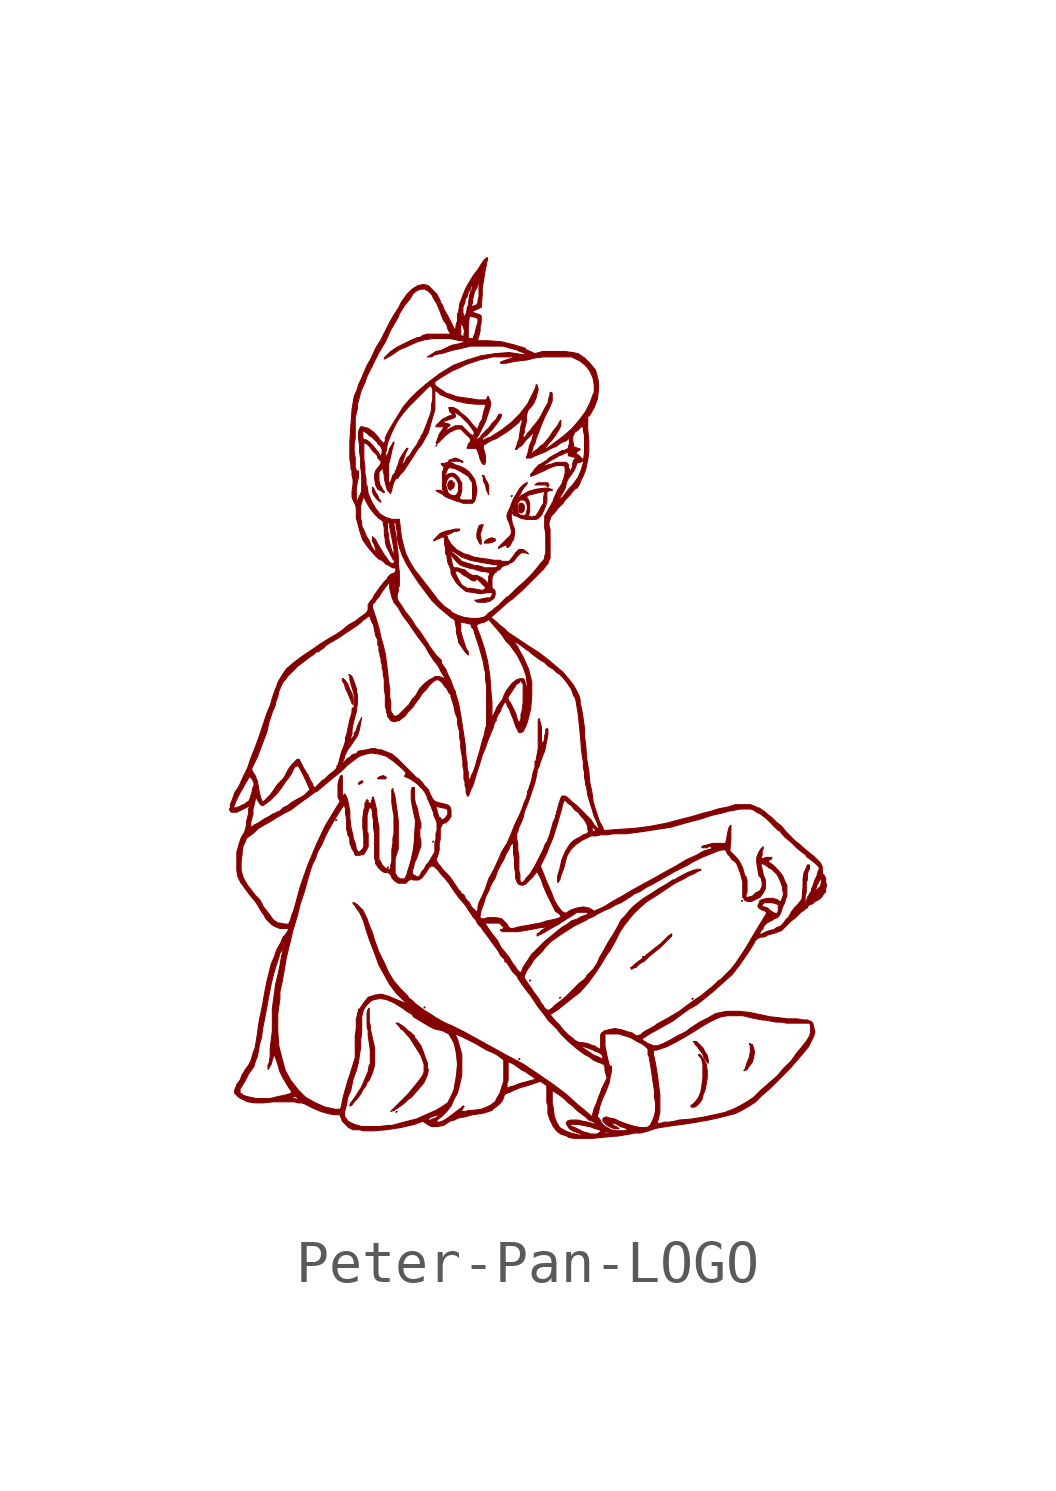
<source format=kicad_sym>
(kicad_symbol_lib
  (version 20220914)
  (generator kicad_symbol_editor)
  (symbol "Peter-Pan-LOGO"
    (pin_names
      (offset 1.016))
    (property "Reference" "G"
      (at 0 -9.982 0)
      (effects (font (size 1.524 1.524)) hide))
    (symbol "Peter-Pan-LOGO_0_0"
      (polyline (pts (xy -4.445 -3.226) (xy -4.47 -3.226) (xy -4.47 -3.251) (xy -4.445 -3.226)) (stroke (width 0.025) (type default)) (fill (type outline)))
      (polyline (pts (xy -3.226 -4.343) (xy -3.251 -4.343) (xy -3.251 -4.369) (xy -3.226 -4.343)) (stroke (width 0.025) (type default)) (fill (type outline)))
      (polyline (pts (xy -3.023 -10.109) (xy -3.048 -10.109) (xy -3.048 -10.135) (xy -3.023 -10.109)) (stroke (width 0.025) (type default)) (fill (type outline)))
      (polyline (pts (xy -2.362 -7.645) (xy -2.388 -7.645) (xy -2.388 -7.671) (xy -2.362 -7.645)) (stroke (width 0.025) (type default)) (fill (type outline)))
      (polyline (pts (xy -2.159 -3.734) (xy -2.184 -3.734) (xy -2.184 -3.759) (xy -2.159 -3.734)) (stroke (width 0.025) (type default)) (fill (type outline)))
      (polyline (pts (xy -2.083 5.613) (xy -2.108 5.613) (xy -2.108 5.588) (xy -2.083 5.613)) (stroke (width 0.025) (type default)) (fill (type outline)))
      (polyline (pts (xy -0.305 4.42) (xy -0.33 4.42) (xy -0.33 4.394) (xy -0.305 4.42)) (stroke (width 0.025) (type default)) (fill (type outline)))
      (polyline (pts (xy -0.127 -8.865) (xy -0.152 -8.865) (xy -0.152 -8.89) (xy -0.127 -8.865)) (stroke (width 0.025) (type default)) (fill (type outline)))
      (polyline (pts (xy 0.127 -7.01) (xy 0.102 -7.01) (xy 0.102 -7.036) (xy 0.127 -7.01)) (stroke (width 0.025) (type default)) (fill (type outline)))
      (polyline (pts (xy 0.838 -7.417) (xy 0.813 -7.417) (xy 0.813 -7.442) (xy 0.838 -7.417)) (stroke (width 0.025) (type default)) (fill (type outline)))
      (polyline (pts (xy 2.794 -6.452) (xy 2.769 -6.452) (xy 2.769 -6.477) (xy 2.794 -6.452)) (stroke (width 0.025) (type default)) (fill (type outline)))
      (polyline (pts (xy 3.962 -7.442) (xy 3.937 -7.442) (xy 3.937 -7.468) (xy 3.962 -7.442)) (stroke (width 0.025) (type default)) (fill (type outline)))
      (polyline (pts (xy 5.131 -5.131) (xy 5.105 -5.131) (xy 5.105 -5.156) (xy 5.131 -5.131)) (stroke (width 0.025) (type default)) (fill (type outline)))
      (polyline (pts (xy -3.277 -2.235) (xy -3.302 -2.21) (xy -3.353 -2.184) (xy -3.429 -2.21) (xy -3.48 -2.235) (xy -3.48 -2.261) (xy -3.302 -2.261) (xy -3.277 -2.235)) (stroke (width 0.025) (type default)) (fill (type outline)))
      (polyline (pts (xy -3.861 -2.362) (xy -3.835 -2.337) (xy -3.835 -2.311) (xy -3.861 -2.311) (xy -3.912 -2.337) (xy -3.937 -2.362) (xy -3.937 -2.388) (xy -3.912 -2.388) (xy -3.861 -2.362)) (stroke (width 0.025) (type default)) (fill (type outline)))
      (polyline (pts (xy -0.051 4.039) (xy -0.025 4.089) (xy -0.025 4.191) (xy -0.076 4.242) (xy -0.127 4.242) (xy -0.152 4.191) (xy -0.152 4.039) (xy -0.102 4.013) (xy -0.051 4.039)) (stroke (width 0.025) (type default)) (fill (type outline)))
      (polyline (pts (xy 0.559 4.674) (xy 0.533 4.699) (xy 0.533 4.724) (xy 0.305 4.724) (xy 0.254 4.699) (xy 0.229 4.674) (xy 0.483 4.674) (xy 0.533 4.623) (xy 0.559 4.674)) (stroke (width 0.025) (type default)) (fill (type outline)))
      (polyline (pts (xy -0.762 3.327) (xy -0.711 3.353) (xy -0.711 3.404) (xy -0.737 3.404) (xy -0.787 3.429) (xy -0.864 3.404) (xy -0.914 3.378) (xy -0.965 3.327) (xy -0.965 3.302) (xy -0.864 3.302) (xy -0.762 3.327)) (stroke (width 0.025) (type default)) (fill (type outline)))
      (polyline (pts (xy -3.429 4.318) (xy -3.454 4.343) (xy -3.48 4.42) (xy -3.531 4.496) (xy -3.581 4.597) (xy -3.607 4.623) (xy -3.607 4.521) (xy -3.581 4.445) (xy -3.505 4.343) (xy -3.454 4.293) (xy -3.404 4.267) (xy -3.429 4.318)) (stroke (width 0.025) (type default)) (fill (type outline)))
      (polyline (pts (xy -0.864 4.648) (xy -0.889 4.724) (xy -0.94 4.801) (xy -0.965 4.877) (xy -0.991 4.902) (xy -1.016 4.902) (xy -0.991 4.851) (xy -0.991 4.775) (xy -0.94 4.674) (xy -0.914 4.547) (xy -0.864 4.445) (xy -0.864 4.648)) (stroke (width 0.025) (type default)) (fill (type outline)))
      (polyline (pts (xy -1.753 4.572) (xy -1.702 4.597) (xy -1.676 4.648) (xy -1.676 4.724) (xy -1.702 4.724) (xy -1.727 4.775) (xy -1.778 4.775) (xy -1.803 4.75) (xy -1.829 4.699) (xy -1.829 4.648) (xy -1.803 4.572) (xy -1.753 4.547) (xy -1.753 4.572)) (stroke (width 0.025) (type default)) (fill (type outline)))
      (polyline (pts (xy -1.041 3.378) (xy -1.067 3.505) (xy -1.016 3.658) (xy -1.016 3.683) (xy -0.991 3.734) (xy -1.041 3.734) (xy -1.092 3.708) (xy -1.118 3.632) (xy -1.143 3.531) (xy -1.143 3.429) (xy -1.067 3.277) (xy -1.041 3.277) (xy -1.041 3.378)) (stroke (width 0.025) (type default)) (fill (type outline)))
      (polyline (pts (xy -4.064 -0.356) (xy -4.089 -0.254) (xy -4.14 -0.152) (xy -4.191 -0.025) (xy -4.242 0.051) (xy -4.293 0.102) (xy -4.318 0.102) (xy -4.318 0.051) (xy -4.267 -0.025) (xy -4.242 -0.127) (xy -4.191 -0.229) (xy -4.14 -0.356) (xy -4.115 -0.406) (xy -4.089 -0.483) (xy -4.064 -0.508) (xy -4.064 -0.356)) (stroke (width 0.025) (type default)) (fill (type outline)))
      (polyline (pts (xy 4.318 -8.89) (xy 4.293 -8.788) (xy 4.242 -8.712) (xy 4.191 -8.611) (xy 4.039 -8.458) (xy 3.962 -8.458) (xy 3.988 -8.484) (xy 4.013 -8.534) (xy 4.064 -8.585) (xy 4.115 -8.661) (xy 4.191 -8.763) (xy 4.216 -8.839) (xy 4.267 -8.915) (xy 4.293 -8.941) (xy 4.293 -8.966) (xy 4.318 -8.966) (xy 4.318 -8.89)) (stroke (width 0.025) (type default)) (fill (type outline)))
      (polyline (pts (xy 5.232 -9.119) (xy 5.283 -9.042) (xy 5.359 -8.941) (xy 5.385 -8.839) (xy 5.41 -8.712) (xy 5.385 -8.611) (xy 5.359 -8.534) (xy 5.334 -8.534) (xy 5.309 -8.509) (xy 5.283 -8.509) (xy 5.309 -8.56) (xy 5.309 -8.712) (xy 5.283 -8.839) (xy 5.232 -8.966) (xy 5.182 -9.119) (xy 5.156 -9.144) (xy 5.182 -9.144) (xy 5.232 -9.119)) (stroke (width 0.025) (type default)) (fill (type outline)))
      (polyline (pts (xy 2.54 -6.731) (xy 2.616 -6.706) (xy 2.692 -6.629) (xy 2.819 -6.553) (xy 2.921 -6.452) (xy 3.175 -6.248) (xy 3.454 -5.969) (xy 3.454 -5.918) (xy 3.378 -5.969) (xy 3.2 -6.147) (xy 3.099 -6.223) (xy 2.845 -6.426) (xy 2.794 -6.477) (xy 2.591 -6.629) (xy 2.515 -6.706) (xy 2.489 -6.706) (xy 2.489 -6.731) (xy 2.515 -6.756) (xy 2.54 -6.731)) (stroke (width 0.025) (type default)) (fill (type outline)))
      (polyline (pts (xy 4.039 -9.982) (xy 4.115 -9.906) (xy 4.166 -9.83) (xy 4.191 -9.728) (xy 4.242 -9.601) (xy 4.267 -9.474) (xy 4.293 -9.322) (xy 4.293 -9.144) (xy 4.267 -8.992) (xy 4.216 -8.89) (xy 4.14 -8.788) (xy 4.115 -8.763) (xy 4.089 -8.763) (xy 4.089 -8.788) (xy 4.14 -8.839) (xy 4.166 -8.89) (xy 4.191 -9.017) (xy 4.191 -9.322) (xy 4.166 -9.5) (xy 4.14 -9.652) (xy 4.089 -9.779) (xy 4.013 -9.881) (xy 3.937 -9.957) (xy 3.912 -9.957) (xy 3.912 -10.008) (xy 3.988 -10.008) (xy 4.039 -9.982)) (stroke (width 0.025) (type default)) (fill (type outline)))
      (polyline (pts (xy -4.089 -9.957) (xy -4.039 -9.881) (xy -3.962 -9.804) (xy -3.886 -9.703) (xy -3.835 -9.601) (xy -3.759 -9.5) (xy -3.734 -9.423) (xy -3.683 -9.373) (xy -3.607 -9.195) (xy -3.556 -9.017) (xy -3.556 -8.611) (xy -3.607 -8.382) (xy -3.632 -8.28) (xy -3.658 -8.153) (xy -3.658 -8.077) (xy -3.683 -8.001) (xy -3.683 -7.671) (xy -3.708 -7.696) (xy -3.734 -7.772) (xy -3.734 -8.103) (xy -3.708 -8.204) (xy -3.708 -8.306) (xy -3.658 -8.661) (xy -3.658 -8.992) (xy -3.683 -9.017) (xy -3.708 -9.169) (xy -3.861 -9.525) (xy -3.988 -9.728) (xy -4.039 -9.804) (xy -4.115 -9.906) (xy -4.14 -9.957) (xy -4.14 -9.982) (xy -4.089 -9.957)) (stroke (width 0.025) (type default)) (fill (type outline)))
      (polyline (pts (xy -3.099 -10.084) (xy -2.946 -9.982) (xy -2.845 -9.906) (xy -2.769 -9.83) (xy -2.692 -9.779) (xy -2.515 -9.576) (xy -2.388 -9.423) (xy -2.311 -9.246) (xy -2.286 -9.119) (xy -2.311 -9.093) (xy -2.311 -8.966) (xy -2.362 -8.839) (xy -2.413 -8.687) (xy -2.464 -8.56) (xy -2.54 -8.458) (xy -2.591 -8.382) (xy -2.616 -8.382) (xy -2.616 -8.331) (xy -2.692 -8.255) (xy -2.769 -8.204) (xy -2.845 -8.128) (xy -2.997 -8.026) (xy -3.048 -8.026) (xy -2.972 -8.103) (xy -2.921 -8.179) (xy -2.896 -8.179) (xy -2.718 -8.382) (xy -2.464 -8.788) (xy -2.388 -8.992) (xy -2.388 -9.169) (xy -2.413 -9.246) (xy -2.464 -9.322) (xy -2.54 -9.423) (xy -2.642 -9.55) (xy -2.769 -9.703) (xy -3.175 -10.109) (xy -3.099 -10.084)) (stroke (width 0.025) (type default)) (fill (type outline)))
      (polyline (pts (xy -1.194 4.293) (xy -1.168 4.394) (xy -1.143 4.521) (xy -1.143 4.572) (xy -1.168 4.699) (xy -1.194 4.801) (xy -1.245 4.877) (xy -1.321 4.978) (xy -1.422 5.055) (xy -1.524 5.105) (xy -1.676 5.156) (xy -1.702 5.182) (xy -1.778 5.207) (xy -1.778 5.232) (xy -1.549 5.232) (xy -1.499 5.207) (xy -1.473 5.207) (xy -1.473 5.232) (xy -1.575 5.283) (xy -1.651 5.309) (xy -1.803 5.258) (xy -1.803 5.232) (xy -1.829 5.207) (xy -1.905 5.182) (xy -1.981 5.182) (xy -1.981 5.156) (xy -1.93 5.105) (xy -1.905 5.105) (xy -1.93 5.055) (xy -1.93 5.029) (xy -1.956 4.978) (xy -1.956 4.902) (xy -1.88 4.902) (xy -1.88 4.928) (xy -1.854 5.004) (xy -1.829 5.055) (xy -1.803 5.08) (xy -1.753 5.08) (xy -1.651 5.055) (xy -1.549 5.004) (xy -1.422 4.928) (xy -1.346 4.877) (xy -1.245 4.724) (xy -1.245 4.343) (xy -1.27 4.318) (xy -1.499 4.318) (xy -1.549 4.343) (xy -1.549 4.394) (xy -1.524 4.445) (xy -1.499 4.547) (xy -1.499 4.724) (xy -1.524 4.75) (xy -1.575 4.851) (xy -1.651 4.928) (xy -1.727 4.953) (xy -1.829 4.928) (xy -1.854 4.902) (xy -1.88 4.902) (xy -1.956 4.902) (xy -1.956 4.674) (xy -1.88 4.674) (xy -1.854 4.775) (xy -1.803 4.851) (xy -1.778 4.877) (xy -1.727 4.877) (xy -1.676 4.851) (xy -1.626 4.801) (xy -1.575 4.699) (xy -1.575 4.547) (xy -1.6 4.47) (xy -1.651 4.42) (xy -1.702 4.42) (xy -1.778 4.445) (xy -1.829 4.496) (xy -1.854 4.597) (xy -1.88 4.674) (xy -1.956 4.674) (xy -1.956 4.572) (xy -1.93 4.547) (xy -1.93 4.521) (xy -1.956 4.521) (xy -2.007 4.547) (xy -2.108 4.547) (xy -2.083 4.521) (xy -1.981 4.47) (xy -1.88 4.394) (xy -1.626 4.293) (xy -1.524 4.267) (xy -1.473 4.242) (xy -1.245 4.242) (xy -1.194 4.293)) (stroke (width 0.025) (type default)) (fill (type outline)))
      (polyline (pts (xy -0.127 4.445) (xy -0.076 4.547) (xy -0.025 4.623) (xy 0.025 4.674) (xy 0.051 4.724) (xy 0.025 4.724) (xy -0.051 4.674) (xy -0.127 4.597) (xy -0.279 4.343) (xy -0.33 4.216) (xy -0.356 4.14) (xy -0.406 4.039) (xy -0.432 3.962) (xy -0.432 3.912) (xy -0.406 3.835) (xy -0.381 3.785) (xy -0.356 3.708) (xy -0.33 3.607) (xy -0.33 3.531) (xy -0.356 3.48) (xy -0.635 3.2) (xy -0.635 3.175) (xy -0.483 3.251) (xy -0.457 3.251) (xy -0.432 3.226) (xy -0.432 3.2) (xy -0.406 3.2) (xy -0.356 3.251) (xy -0.305 3.353) (xy -0.279 3.378) (xy -0.254 3.531) (xy -0.254 3.632) (xy -0.305 3.759) (xy -0.33 3.886) (xy -0.33 3.988) (xy -0.279 4.166) (xy -0.279 4.039) (xy -0.178 4.039) (xy -0.178 4.242) (xy -0.127 4.318) (xy -0.025 4.318) (xy 0.025 4.267) (xy 0.051 4.166) (xy 0.051 4.115) (xy 0.025 4.013) (xy 0.025 3.988) (xy -0.025 3.937) (xy -0.076 3.962) (xy -0.127 3.962) (xy -0.152 3.988) (xy -0.178 4.039) (xy -0.279 4.039) (xy -0.305 4.013) (xy -0.279 3.962) (xy -0.203 3.937) (xy -0.102 3.886) (xy 0.025 3.861) (xy 0.254 3.861) (xy 0.305 3.886) (xy 0.381 3.962) (xy 0.432 4.064) (xy 0.483 4.191) (xy 0.508 4.267) (xy 0.508 4.496) (xy 0.533 4.521) (xy 0.584 4.547) (xy 0.635 4.547) (xy 0.635 4.572) (xy 0.61 4.572) (xy 0.533 4.597) (xy 0.457 4.597) (xy 0.254 4.572) (xy 0.076 4.521) (xy -0.102 4.42) (xy -0.127 4.394) (xy 0.025 4.394) (xy 0.102 4.445) (xy 0.127 4.445) (xy 0.33 4.496) (xy 0.457 4.521) (xy 0.432 4.369) (xy 0.432 4.242) (xy 0.381 4.166) (xy 0.33 4.064) (xy 0.279 3.988) (xy 0.254 3.937) (xy 0.203 3.937) (xy 0.152 3.912) (xy 0.102 3.937) (xy 0.076 3.937) (xy 0.076 3.962) (xy 0.102 4.039) (xy 0.102 4.242) (xy 0.076 4.318) (xy 0.025 4.394) (xy -0.127 4.394) (xy -0.178 4.369) (xy -0.152 4.42) (xy -0.127 4.445)) (stroke (width 0.025) (type default)) (fill (type outline)))
      (polyline (pts (xy -0.838 1.93) (xy -0.762 1.981) (xy -0.737 2.007) (xy -0.711 2.083) (xy -0.711 2.159) (xy -0.737 2.21) (xy -0.762 2.21) (xy -0.787 2.261) (xy -0.787 2.464) (xy -0.762 2.54) (xy -0.711 2.616) (xy -0.686 2.616) (xy -0.686 2.642) (xy -0.584 2.692) (xy -0.584 2.718) (xy -0.508 2.769) (xy -0.406 2.794) (xy -0.381 2.819) (xy -0.279 2.87) (xy -0.203 2.972) (xy -0.102 3.073) (xy 0 3.073) (xy 0.076 3.048) (xy 0.025 3.099) (xy -0.051 3.15) (xy -0.152 3.15) (xy -0.229 3.073) (xy -0.279 2.997) (xy -0.381 2.87) (xy -0.559 2.87) (xy -0.584 2.896) (xy -0.737 2.896) (xy -0.889 2.921) (xy -1.067 2.946) (xy -1.219 2.972) (xy -1.346 3.023) (xy -1.448 3.048) (xy -1.626 3.15) (xy -1.753 3.277) (xy -1.829 3.404) (xy -1.829 3.429) (xy -1.854 3.48) (xy -1.854 3.505) (xy -1.829 3.505) (xy -1.753 3.531) (xy -1.676 3.581) (xy -1.6 3.581) (xy -1.549 3.607) (xy -1.549 3.632) (xy -1.651 3.632) (xy -1.753 3.607) (xy -1.88 3.581) (xy -2.007 3.531) (xy -2.159 3.378) (xy -2.159 3.353) (xy -2.057 3.404) (xy -1.93 3.454) (xy -1.905 3.404) (xy -1.905 3.277) (xy -1.88 3.175) (xy -1.88 3.124) (xy -1.778 3.124) (xy -1.778 3.15) (xy -1.702 3.099) (xy -1.651 3.073) (xy -1.499 2.972) (xy -1.295 2.896) (xy -1.041 2.845) (xy -0.737 2.794) (xy -0.686 2.794) (xy -0.635 2.769) (xy -0.66 2.743) (xy -0.711 2.718) (xy -0.965 2.718) (xy -1.016 2.743) (xy -1.118 2.769) (xy -1.219 2.769) (xy -1.245 2.794) (xy -1.346 2.819) (xy -1.499 2.87) (xy -1.626 2.997) (xy -1.727 3.073) (xy -1.778 3.124) (xy -1.88 3.124) (xy -1.88 3.048) (xy -1.778 3.048) (xy -1.651 2.896) (xy -1.549 2.794) (xy -1.499 2.769) (xy -1.346 2.718) (xy -1.219 2.692) (xy -1.067 2.642) (xy -0.889 2.616) (xy -0.838 2.591) (xy -0.838 2.565) (xy -0.864 2.515) (xy -0.864 2.438) (xy -0.889 2.337) (xy -0.94 2.413) (xy -0.965 2.438) (xy -1.041 2.489) (xy -1.143 2.54) (xy -1.245 2.54) (xy -1.295 2.565) (xy -1.372 2.616) (xy -1.422 2.667) (xy -1.524 2.692) (xy -1.6 2.718) (xy -1.676 2.718) (xy -1.702 2.743) (xy -1.727 2.819) (xy -1.753 2.946) (xy -1.778 3.048) (xy -1.88 3.048) (xy -1.854 3.023) (xy -1.829 2.845) (xy -1.753 2.667) (xy -1.753 2.591) (xy -1.651 2.591) (xy -1.651 2.642) (xy -1.6 2.642) (xy -1.549 2.616) (xy -1.448 2.54) (xy -1.397 2.515) (xy -1.245 2.413) (xy -1.168 2.413) (xy -1.168 2.438) (xy -1.194 2.464) (xy -1.168 2.464) (xy -1.118 2.438) (xy -0.914 2.235) (xy -0.94 2.235) (xy -0.965 2.21) (xy -1.016 2.184) (xy -1.143 2.21) (xy -1.295 2.235) (xy -1.372 2.235) (xy -1.499 2.311) (xy -1.575 2.438) (xy -1.651 2.591) (xy -1.753 2.591) (xy -1.702 2.489) (xy -1.626 2.362) (xy -1.524 2.261) (xy -1.397 2.159) (xy -1.219 2.134) (xy -1.067 2.108) (xy -0.864 2.134) (xy -0.787 2.134) (xy -0.762 2.108) (xy -0.787 2.083) (xy -0.787 2.057) (xy -0.838 2.007) (xy -0.914 2.007) (xy -1.041 1.981) (xy -1.143 1.956) (xy -1.194 1.956) (xy -1.168 1.93) (xy -1.118 1.905) (xy -0.94 1.905) (xy -0.838 1.93)) (stroke (width 0.025) (type default)) (fill (type outline)))
      (polyline (pts (xy -1.829 8.661) (xy -1.905 8.788) (xy -1.956 8.915) (xy -2.007 8.992) (xy -2.007 9.017) (xy -2.083 9.169) (xy -2.286 9.373) (xy -2.362 9.398) (xy -2.438 9.398) (xy -2.54 9.373) (xy -2.667 9.296) (xy -2.794 9.169) (xy -2.921 8.992) (xy -2.997 8.839) (xy -3.099 8.687) (xy -3.2 8.509) (xy -3.404 8.103) (xy -3.531 7.899) (xy -3.632 7.671) (xy -3.734 7.493) (xy -3.886 7.137) (xy -3.937 7.036) (xy -3.962 6.934) (xy -4.039 6.756) (xy -4.089 6.452) (xy -4.115 6.096) (xy -4.14 5.69) (xy -4.14 5.461) (xy -4.039 5.461) (xy -4.039 5.639) (xy -4.013 5.791) (xy -4.013 6.248) (xy -3.988 6.375) (xy -3.962 6.477) (xy -3.962 6.579) (xy -3.937 6.655) (xy -3.886 6.858) (xy -3.835 6.985) (xy -3.785 7.087) (xy -3.734 7.239) (xy -3.454 7.798) (xy -3.302 8.052) (xy -3.175 8.331) (xy -2.997 8.636) (xy -2.972 8.712) (xy -2.845 8.915) (xy -2.718 9.068) (xy -2.642 9.195) (xy -2.54 9.271) (xy -2.438 9.296) (xy -2.362 9.296) (xy -2.337 9.271) (xy -2.286 9.246) (xy -2.21 9.169) (xy -2.159 9.068) (xy -2.083 8.941) (xy -2.007 8.763) (xy -1.981 8.687) (xy -1.93 8.56) (xy -1.854 8.458) (xy -1.829 8.357) (xy -1.803 8.306) (xy -1.753 8.23) (xy -2.311 8.23) (xy -2.413 8.204) (xy -1.524 8.204) (xy -1.524 8.484) (xy -1.473 8.433) (xy -1.448 8.357) (xy -1.422 8.255) (xy -1.448 8.255) (xy -1.448 8.179) (xy -1.473 8.179) (xy -1.524 8.204) (xy -2.413 8.204) (xy -2.489 8.153) (xy -1.346 8.153) (xy -1.346 8.407) (xy -1.321 8.661) (xy -1.219 8.636) (xy -1.194 8.636) (xy -1.143 8.611) (xy -1.118 8.611) (xy -1.118 8.509) (xy -1.143 8.433) (xy -1.194 8.23) (xy -1.219 8.179) (xy -1.219 8.128) (xy -1.321 8.128) (xy -1.346 8.153) (xy -2.489 8.153) (xy -2.54 8.153) (xy -2.718 8.077) (xy -3.023 7.925) (xy -3.175 7.823) (xy -3.327 7.671) (xy -3.327 7.645) (xy -3.226 7.696) (xy -3.099 7.772) (xy -2.997 7.849) (xy -2.896 7.899) (xy -2.819 7.925) (xy -2.718 7.976) (xy -2.54 8.052) (xy -2.362 8.103) (xy -2.184 8.128) (xy -1.778 8.128) (xy -1.651 8.103) (xy -1.549 8.077) (xy -1.473 8.077) (xy -1.448 8.052) (xy -1.448 8.026) (xy -1.499 8.026) (xy -1.575 8.001) (xy -1.702 7.976) (xy -1.778 7.95) (xy -1.981 7.849) (xy -2.108 7.823) (xy -2.261 7.722) (xy -2.311 7.696) (xy -2.21 7.696) (xy -2.134 7.747) (xy -2.007 7.772) (xy -1.981 7.772) (xy -1.727 7.849) (xy -1.499 7.899) (xy -1.295 7.95) (xy -0.533 7.95) (xy -0.432 7.925) (xy -0.356 7.899) (xy -0.254 7.874) (xy -0.229 7.874) (xy -0.127 7.823) (xy -0.051 7.798) (xy 0 7.772) (xy 0 7.747) (xy -0.051 7.747) (xy -0.381 7.798) (xy -0.711 7.772) (xy -1.041 7.722) (xy -1.372 7.62) (xy -1.702 7.493) (xy -2.032 7.29) (xy -2.362 7.036) (xy -2.134 7.036) (xy -2.134 7.112) (xy -1.981 7.214) (xy -1.727 7.366) (xy -1.549 7.442) (xy -1.397 7.518) (xy -1.092 7.62) (xy -0.762 7.696) (xy -0.203 7.696) (xy -0.381 7.645) (xy -0.533 7.595) (xy -0.584 7.569) (xy -0.584 7.544) (xy -0.457 7.544) (xy -0.356 7.569) (xy -0.203 7.595) (xy 0 7.62) (xy 0.025 7.62) (xy 0.229 7.671) (xy 0.432 7.696) (xy 1.092 7.696) (xy 1.295 7.595) (xy 1.422 7.493) (xy 1.524 7.366) (xy 1.6 7.188) (xy 1.626 7.036) (xy 1.626 6.858) (xy 1.6 6.807) (xy 1.524 6.604) (xy 1.422 6.401) (xy 1.27 6.198) (xy 1.092 5.994) (xy 0.889 5.817) (xy 0.584 5.588) (xy 0.508 5.537) (xy 0.457 5.537) (xy 0.508 5.588) (xy 0.559 5.664) (xy 0.61 5.715) (xy 0.711 5.842) (xy 0.787 5.969) (xy 0.838 6.071) (xy 0.838 6.198) (xy 0.813 6.172) (xy 0.762 6.071) (xy 0.66 5.944) (xy 0.559 5.791) (xy 0.432 5.639) (xy 0.356 5.588) (xy 0.279 5.512) (xy 0.203 5.461) (xy 0.152 5.41) (xy 0.127 5.41) (xy 0.152 5.461) (xy 0.178 5.537) (xy 0.178 5.563) (xy 0.229 5.664) (xy 0.254 5.766) (xy 0.305 5.893) (xy 0.381 6.096) (xy 0.457 6.274) (xy 0.584 6.528) (xy 0.635 6.655) (xy 0.635 6.833) (xy 0.61 6.858) (xy 0.584 6.858) (xy 0.584 6.807) (xy 0.559 6.731) (xy 0.533 6.604) (xy 0.457 6.477) (xy 0.381 6.325) (xy 0.305 6.198) (xy 0.203 6.071) (xy 0.178 6.045) (xy 0.127 5.969) (xy 0.051 5.893) (xy 0.025 5.842) (xy -0.025 5.791) (xy -0.051 5.791) (xy -0.051 5.893) (xy -0.025 5.893) (xy -0.025 5.969) (xy 0.025 6.172) (xy 0.025 6.299) (xy 0.051 6.401) (xy 0.076 6.452) (xy 0.127 6.502) (xy 0.203 6.604) (xy 0.254 6.731) (xy 0.305 6.934) (xy 0.279 7.01) (xy 0.279 7.036) (xy 0.254 7.036) (xy 0.254 7.01) (xy 0.229 6.934) (xy 0.051 6.579) (xy -0.127 6.35) (xy -0.33 6.147) (xy -0.559 5.969) (xy -0.838 5.791) (xy -0.864 5.791) (xy -1.016 5.715) (xy -1.041 5.715) (xy -1.016 5.74) (xy -0.991 5.791) (xy -0.914 5.842) (xy -0.787 5.969) (xy -0.635 6.172) (xy -0.584 6.248) (xy -0.559 6.325) (xy -0.584 6.35) (xy -0.635 6.325) (xy -0.686 6.223) (xy -0.787 6.121) (xy -0.838 6.045) (xy -1.016 5.867) (xy -1.067 5.791) (xy -1.143 5.74) (xy -1.168 5.715) (xy -1.168 5.74) (xy -1.143 5.791) (xy -1.092 5.867) (xy -0.94 6.172) (xy -0.838 6.477) (xy -0.813 6.604) (xy -0.838 6.68) (xy -0.864 6.731) (xy -0.864 6.756) (xy -0.889 6.756) (xy -0.889 6.731) (xy -0.914 6.706) (xy -0.914 6.68) (xy -1.118 6.68) (xy -1.27 6.706) (xy -1.626 6.756) (xy -1.753 6.807) (xy -1.854 6.833) (xy -2.083 6.985) (xy -2.134 7.036) (xy -2.362 7.036) (xy -2.388 7.01) (xy -2.54 6.883) (xy -2.718 6.706) (xy -2.87 6.528) (xy -3.124 6.121) (xy -3.226 5.944) (xy -3.302 5.791) (xy -3.302 5.715) (xy -3.327 5.664) (xy -3.353 5.664) (xy -3.429 5.74) (xy -3.505 5.842) (xy -3.581 5.918) (xy -3.683 5.994) (xy -3.734 6.02) (xy -3.759 6.02) (xy -3.835 6.045) (xy -3.886 6.045) (xy -3.912 5.994) (xy -3.937 5.918) (xy -3.937 5.791) (xy -3.835 5.791) (xy -3.835 5.944) (xy -3.81 5.944) (xy -3.734 5.893) (xy -3.683 5.842) (xy -3.607 5.791) (xy -3.505 5.69) (xy -3.454 5.613) (xy -3.429 5.613) (xy -3.378 5.512) (xy -3.378 5.436) (xy -3.404 5.334) (xy -3.48 5.461) (xy -3.505 5.486) (xy -3.607 5.613) (xy -3.683 5.69) (xy -3.759 5.74) (xy -3.81 5.74) (xy -3.835 5.791) (xy -3.937 5.791) (xy -3.912 5.613) (xy -3.912 5.461) (xy -3.886 5.283) (xy -3.81 5.283) (xy -3.81 5.664) (xy -3.785 5.664) (xy -3.734 5.639) (xy -3.683 5.588) (xy -3.607 5.486) (xy -3.505 5.385) (xy -3.48 5.334) (xy -3.48 5.309) (xy -3.302 5.309) (xy -3.302 5.41) (xy -3.277 5.512) (xy -3.251 5.664) (xy -3.15 5.918) (xy -3.023 6.172) (xy -2.896 6.35) (xy -2.743 6.528) (xy -2.286 6.985) (xy -2.235 7.01) (xy -2.21 6.985) (xy -2.184 6.934) (xy -2.184 6.68) (xy -2.21 6.579) (xy -2.21 6.477) (xy -2.235 6.35) (xy -2.286 6.223) (xy -2.311 6.147) (xy -2.413 5.893) (xy -2.464 5.817) (xy -2.464 5.791) (xy -2.515 5.715) (xy -2.565 5.613) (xy -2.642 5.512) (xy -2.718 5.385) (xy -2.794 5.309) (xy -2.845 5.207) (xy -2.921 5.131) (xy -2.921 5.156) (xy -2.896 5.207) (xy -2.819 5.436) (xy -2.769 5.537) (xy -2.794 5.537) (xy -2.819 5.512) (xy -2.921 5.359) (xy -2.972 5.258) (xy -2.997 5.156) (xy -3.023 5.105) (xy -3.048 5.029) (xy -3.073 4.978) (xy -3.073 4.953) (xy -3.124 4.902) (xy -3.175 4.75) (xy -3.2 4.724) (xy -3.226 4.724) (xy -3.226 5.156) (xy -3.175 5.359) (xy -3.15 5.486) (xy -3.099 5.664) (xy -3.099 5.69) (xy -3.124 5.664) (xy -3.15 5.613) (xy -3.2 5.537) (xy -3.226 5.436) (xy -3.302 5.309) (xy -3.48 5.309) (xy -3.429 5.258) (xy -3.404 5.232) (xy -3.404 5.182) (xy -3.454 5.105) (xy -3.48 5.08) (xy -3.531 5.004) (xy -3.556 4.928) (xy -3.556 4.826) (xy -3.531 4.674) (xy -3.48 4.572) (xy -3.378 4.521) (xy -3.353 4.496) (xy -3.327 4.496) (xy -3.327 4.521) (xy -3.378 4.572) (xy -3.378 4.597) (xy -3.429 4.674) (xy -3.454 4.775) (xy -3.454 4.978) (xy -3.378 5.055) (xy -3.353 5.055) (xy -3.353 5.004) (xy -3.327 4.902) (xy -3.327 4.826) (xy -3.277 4.623) (xy -3.251 4.547) (xy -3.175 4.47) (xy -3.175 4.496) (xy -3.15 4.547) (xy -3.15 4.572) (xy -3.124 4.674) (xy -3.099 4.75) (xy -3.048 4.826) (xy -3.023 4.826) (xy -2.997 4.851) (xy -2.946 4.928) (xy -2.87 5.004) (xy -2.667 5.309) (xy -2.54 5.512) (xy -2.438 5.639) (xy -2.286 5.918) (xy -2.21 6.198) (xy -2.134 6.452) (xy -2.134 6.909) (xy -2.057 6.858) (xy -2.007 6.807) (xy -1.829 6.731) (xy -1.626 6.655) (xy -1.397 6.604) (xy -1.168 6.579) (xy -0.914 6.579) (xy -0.94 6.553) (xy -0.94 6.528) (xy -0.965 6.452) (xy -0.991 6.35) (xy -1.016 6.223) (xy -1.067 6.147) (xy -1.092 6.071) (xy -1.118 6.02) (xy -1.118 5.994) (xy -1.143 5.994) (xy -1.245 6.096) (xy -1.321 6.198) (xy -1.422 6.299) (xy -1.524 6.375) (xy -1.6 6.452) (xy -1.702 6.502) (xy -1.803 6.502) (xy -1.803 6.477) (xy -1.778 6.401) (xy -1.702 6.325) (xy -1.803 6.299) (xy -1.956 6.223) (xy -2.032 6.147) (xy -1.93 6.147) (xy -1.93 6.172) (xy -1.702 6.248) (xy -1.651 6.274) (xy -1.651 6.325) (xy -1.676 6.375) (xy -1.676 6.401) (xy -1.524 6.299) (xy -1.346 6.121) (xy -1.27 6.02) (xy -1.219 5.944) (xy -1.194 5.867) (xy -1.219 5.867) (xy -1.219 5.842) (xy -1.245 5.842) (xy -1.295 5.867) (xy -1.499 6.071) (xy -1.651 6.071) (xy -1.803 5.994) (xy -1.829 5.969) (xy -1.854 5.969) (xy -1.854 5.994) (xy -1.829 6.045) (xy -1.778 6.071) (xy -1.778 6.096) (xy -1.829 6.121) (xy -1.88 6.121) (xy -1.905 6.147) (xy -1.93 6.147) (xy -2.032 6.147) (xy -2.108 6.071) (xy -2.108 6.045) (xy -1.905 6.045) (xy -1.93 6.02) (xy -2.032 5.867) (xy -2.083 5.715) (xy -2.108 5.664) (xy -2.083 5.639) (xy -2.083 5.664) (xy -2.057 5.664) (xy -1.88 5.842) (xy -1.778 5.918) (xy -1.676 5.969) (xy -1.6 5.994) (xy -1.524 5.994) (xy -1.295 5.766) (xy -1.295 5.69) (xy -1.346 5.639) (xy -1.346 5.613) (xy -1.372 5.563) (xy -1.372 5.537) (xy -1.168 5.537) (xy -1.143 5.512) (xy -1.118 5.461) (xy -1.041 5.461) (xy -1.016 5.461) (xy -1.041 5.436) (xy -1.041 5.461) (xy -1.118 5.461) (xy -1.092 5.385) (xy -1.067 5.283) (xy -1.016 5.182) (xy -0.991 5.156) (xy -0.965 5.156) (xy -0.94 5.207) (xy -0.94 5.359) (xy -0.965 5.461) (xy -0.991 5.537) (xy -0.991 5.613) (xy -0.94 5.639) (xy -0.864 5.69) (xy -0.762 5.74) (xy -0.686 5.766) (xy -0.406 5.944) (xy -0.152 6.147) (xy -0.127 6.198) (xy -0.076 6.223) (xy -0.051 6.198) (xy -0.076 6.198) (xy -0.076 6.147) (xy -0.102 6.071) (xy -0.152 5.74) (xy -0.076 5.74) (xy -0.051 5.74) (xy -0.076 5.715) (xy -0.076 5.74) (xy -0.152 5.74) (xy -0.178 5.69) (xy -0.203 5.588) (xy -0.229 5.537) (xy -0.229 5.512) (xy -0.203 5.512) (xy -0.152 5.563) (xy -0.076 5.613) (xy 0 5.715) (xy 0.203 5.918) (xy 0.203 5.893) (xy 0.178 5.817) (xy 0.152 5.715) (xy 0.102 5.613) (xy 0.076 5.486) (xy 0.051 5.385) (xy 0.025 5.334) (xy 0.025 5.309) (xy 0.127 5.309) (xy 0.229 5.359) (xy 0.483 5.461) (xy 0.61 5.537) (xy 0.737 5.588) (xy 0.838 5.664) (xy 0.889 5.69) (xy 0.965 5.715) (xy 1.016 5.766) (xy 1.041 5.766) (xy 1.041 5.715) (xy 1.118 5.715) (xy 1.118 5.817) (xy 1.168 5.918) (xy 1.245 5.969) (xy 1.321 6.045) (xy 1.346 6.045) (xy 1.372 6.02) (xy 1.372 5.944) (xy 1.397 5.842) (xy 1.397 5.436) (xy 1.372 5.258) (xy 1.245 5.385) (xy 1.194 5.41) (xy 1.219 5.461) (xy 1.27 5.486) (xy 1.295 5.512) (xy 1.27 5.537) (xy 1.219 5.537) (xy 1.194 5.563) (xy 1.143 5.563) (xy 1.143 5.613) (xy 1.118 5.715) (xy 1.041 5.715) (xy 1.041 5.639) (xy 1.016 5.588) (xy 1.016 5.537) (xy 0.914 5.486) (xy 0.864 5.486) (xy 0.787 5.436) (xy 0.686 5.385) (xy 0.559 5.309) (xy 0.508 5.258) (xy 0.432 5.207) (xy 0.381 5.182) (xy 0.356 5.156) (xy 0.33 5.156) (xy 0.279 5.105) (xy 0.406 5.105) (xy 0.457 5.156) (xy 0.61 5.258) (xy 0.711 5.309) (xy 0.787 5.359) (xy 0.864 5.385) (xy 0.965 5.436) (xy 1.041 5.436) (xy 1.041 5.41) (xy 1.016 5.41) (xy 1.016 5.359) (xy 1.041 5.359) (xy 1.118 5.334) (xy 1.143 5.334) (xy 1.194 5.309) (xy 1.143 5.258) (xy 1.118 5.182) (xy 1.118 5.105) (xy 1.067 5.004) (xy 1.041 4.978) (xy 1.041 5.055) (xy 1.016 5.055) (xy 1.016 5.156) (xy 0.965 5.207) (xy 0.737 5.207) (xy 0.584 5.156) (xy 0.559 5.156) (xy 0.406 5.105) (xy 0.279 5.105) (xy 0.229 5.055) (xy 0.178 4.978) (xy 0.127 4.928) (xy 0.127 4.877) (xy 0.203 4.902) (xy 0.432 5.004) (xy 0.584 5.08) (xy 0.737 5.131) (xy 0.914 5.131) (xy 0.94 5.08) (xy 0.94 4.953) (xy 0.914 4.851) (xy 0.864 4.699) (xy 0.762 4.547) (xy 0.66 4.318) (xy 0.66 4.293) (xy 0.762 4.293) (xy 0.889 4.496) (xy 0.94 4.597) (xy 0.965 4.699) (xy 0.965 4.724) (xy 1.016 4.826) (xy 1.092 4.928) (xy 1.143 5.004) (xy 1.194 5.105) (xy 1.194 5.131) (xy 1.219 5.182) (xy 1.245 5.207) (xy 1.295 5.207) (xy 1.346 5.232) (xy 1.372 5.258) (xy 1.372 5.207) (xy 1.321 5.029) (xy 1.245 4.851) (xy 1.118 4.674) (xy 1.041 4.597) (xy 0.889 4.394) (xy 0.762 4.293) (xy 0.66 4.293) (xy 0.457 3.937) (xy 0.457 3.658) (xy 0.483 3.531) (xy 0.483 3.048) (xy 0.457 2.997) (xy 0.457 2.946) (xy 0.432 2.896) (xy 0.381 2.845) (xy 0.279 2.718) (xy 0.152 2.565) (xy 0 2.413) (xy -0.203 2.235) (xy -0.406 2.032) (xy -0.432 2.032) (xy -0.635 1.829) (xy -0.737 1.753) (xy -0.787 1.702) (xy -0.864 1.651) (xy -0.94 1.575) (xy -0.991 1.549) (xy -1.118 1.524) (xy -1.27 1.524) (xy -1.448 1.549) (xy -1.6 1.6) (xy -1.753 1.676) (xy -1.753 1.702) (xy -1.905 1.803) (xy -2.057 1.956) (xy -2.21 2.159) (xy -2.565 2.616) (xy -2.591 2.642) (xy -2.718 2.845) (xy -2.819 3.048) (xy -2.87 3.226) (xy -2.921 3.429) (xy -2.946 3.632) (xy -2.972 3.861) (xy -3.15 3.861) (xy -3.302 3.912) (xy -3.429 3.988) (xy -3.531 4.115) (xy -3.632 4.293) (xy -3.708 4.47) (xy -3.734 4.648) (xy -3.759 4.699) (xy -3.759 4.826) (xy -3.785 4.953) (xy -3.785 5.105) (xy -3.81 5.283) (xy -3.886 5.283) (xy -3.886 5.105) (xy -3.861 4.928) (xy -3.861 4.521) (xy -3.886 4.47) (xy -3.886 4.445) (xy -3.912 4.42) (xy -3.937 4.343) (xy -3.962 4.318) (xy -3.962 4.293) (xy -3.988 4.318) (xy -3.988 4.597) (xy -3.962 4.75) (xy -3.937 4.851) (xy -3.937 5.004) (xy -3.962 5.004) (xy -3.988 4.978) (xy -3.988 5.029) (xy -4.013 5.08) (xy -4.013 5.309) (xy -4.039 5.461) (xy -4.14 5.461) (xy -4.14 5.283) (xy -4.115 5.156) (xy -4.115 5.055) (xy -4.089 5.004) (xy -4.089 4.902) (xy -4.064 4.801) (xy -4.064 4.699) (xy -4.089 4.521) (xy -4.089 4.394) (xy -4.064 4.318) (xy -4.013 4.216) (xy -3.988 4.14) (xy -3.988 4.039) (xy -3.988 3.886) (xy -3.886 3.886) (xy -3.886 4.166) (xy -3.861 4.267) (xy -3.835 4.343) (xy -3.81 4.42) (xy -3.785 4.343) (xy -3.734 4.242) (xy -3.658 4.115) (xy -3.556 3.988) (xy -3.454 3.886) (xy -3.378 3.835) (xy -3.353 3.81) (xy -3.353 3.759) (xy -3.327 3.658) (xy -3.327 3.607) (xy -3.251 3.607) (xy -3.251 3.785) (xy -3.226 3.785) (xy -3.2 3.759) (xy -3.2 3.734) (xy -3.099 3.734) (xy -3.099 3.785) (xy -3.073 3.785) (xy -3.048 3.759) (xy -3.048 3.683) (xy -3.023 3.581) (xy -3.023 3.429) (xy -2.997 3.302) (xy -2.972 3.226) (xy -2.972 3.2) (xy -2.896 2.997) (xy -2.794 2.794) (xy -2.667 2.591) (xy -2.515 2.362) (xy -2.21 1.956) (xy -2.032 1.778) (xy -1.727 1.524) (xy -1.702 1.524) (xy -1.676 1.499) (xy -1.651 1.448) (xy -1.651 1.397) (xy -1.626 1.295) (xy -1.626 1.194) (xy -1.575 0.991) (xy -1.575 0.965) (xy -1.422 0.737) (xy -1.346 0.66) (xy -1.346 0.737) (xy -1.397 0.813) (xy -1.473 1.041) (xy -1.524 1.219) (xy -1.524 1.448) (xy -1.448 1.422) (xy -1.422 1.422) (xy -1.346 1.397) (xy -1.295 1.397) (xy -1.27 1.346) (xy -1.27 1.321) (xy -1.143 1.321) (xy -1.143 1.372) (xy -1.118 1.397) (xy -1.067 1.397) (xy -1.067 1.422) (xy -1.016 1.422) (xy -0.94 1.448) (xy -0.864 1.499) (xy -0.686 1.295) (xy -0.559 1.143) (xy -0.457 0.991) (xy -0.279 0.991) (xy -0.254 0.991) (xy -0.254 0.965) (xy -0.279 0.991) (xy -0.457 0.991) (xy -0.356 0.889) (xy -0.178 0.635) (xy -0.051 0.381) (xy 0.025 0.152) (xy 0.025 0.102) (xy 0.051 -0.051) (xy 0.051 -0.508) (xy 0.025 -0.533) (xy 0.025 -0.076) (xy -0.025 0.076) (xy -0.051 0.102) (xy -0.127 0.102) (xy -0.203 0.076) (xy -0.305 0) (xy -0.406 -0.127) (xy -0.457 -0.203) (xy -0.508 -0.305) (xy -0.533 -0.381) (xy -0.406 -0.381) (xy -0.406 -0.33) (xy -0.203 -0.025) (xy -0.152 0) (xy -0.102 0.076) (xy -0.076 0) (xy -0.051 -0.025) (xy -0.051 -0.457) (xy -0.076 -0.66) (xy -0.102 -0.737) (xy -0.102 -0.838) (xy -0.127 -0.914) (xy -0.152 -0.94) (xy -0.152 -0.914) (xy -0.178 -0.889) (xy -0.203 -0.813) (xy -0.229 -0.711) (xy -0.356 -0.457) (xy -0.381 -0.432) (xy -0.406 -0.381) (xy -0.533 -0.381) (xy -0.66 -0.559) (xy -0.787 -0.838) (xy -0.787 -0.457) (xy -0.813 -0.178) (xy -0.838 0.178) (xy -0.889 0.508) (xy -0.965 0.813) (xy -1.067 1.118) (xy -1.118 1.245) (xy -1.143 1.321) (xy -1.27 1.321) (xy -1.219 1.27) (xy -1.194 1.168) (xy -1.092 0.864) (xy -0.991 0.508) (xy -0.965 0.33) (xy -0.94 0.254) (xy -0.94 0.102) (xy -0.914 -0.076) (xy -0.914 -0.889) (xy -0.813 -0.889) (xy -0.787 -0.889) (xy -0.813 -0.914) (xy -0.813 -0.889) (xy -0.914 -0.889) (xy -0.914 -1.016) (xy -0.94 -1.067) (xy -0.965 -1.219) (xy -1.016 -1.372) (xy -1.067 -1.575) (xy -1.143 -1.829) (xy -1.168 -1.93) (xy -1.219 -2.083) (xy -1.27 -2.184) (xy -1.295 -2.261) (xy -1.321 -2.286) (xy -1.346 -2.235) (xy -1.346 -2.108) (xy -1.372 -2.007) (xy -1.372 -1.88) (xy -1.397 -1.753) (xy -1.422 -1.422) (xy -1.524 -0.762) (xy -1.575 -0.483) (xy -1.651 -0.229) (xy -1.651 -0.203) (xy -1.702 -0.102) (xy -1.753 0.051) (xy -1.829 0.203) (xy -1.88 0.33) (xy -1.956 0.432) (xy -1.981 0.483) (xy -1.981 0.533) (xy -2.108 0.66) (xy -2.261 0.864) (xy -2.286 0.914) (xy -2.489 1.219) (xy -2.591 1.346) (xy -2.667 1.473) (xy -2.743 1.575) (xy -2.845 1.702) (xy -2.921 1.829) (xy -2.997 1.93) (xy -3.023 2.007) (xy -3.023 2.083) (xy -2.997 2.159) (xy -2.997 2.261) (xy -2.972 2.286) (xy -2.972 2.616) (xy -2.997 2.794) (xy -2.997 2.997) (xy -3.023 3.226) (xy -3.073 3.581) (xy -3.099 3.734) (xy -3.2 3.734) (xy -3.2 3.683) (xy -3.124 3.302) (xy -3.099 3.15) (xy -3.099 3.048) (xy -3.124 3.048) (xy -3.175 3.2) (xy -3.226 3.404) (xy -3.226 3.48) (xy -3.251 3.607) (xy -3.327 3.607) (xy -3.327 3.505) (xy -3.302 3.378) (xy -3.302 3.327) (xy -3.277 3.226) (xy -3.124 2.921) (xy -3.099 2.896) (xy -3.073 2.845) (xy -3.099 2.845) (xy -3.099 2.819) (xy -3.15 2.819) (xy -3.2 2.845) (xy -3.251 2.921) (xy -3.327 3.023) (xy -3.48 3.277) (xy -3.531 3.378) (xy -3.607 3.454) (xy -3.607 3.353) (xy -3.556 3.251) (xy -3.505 3.073) (xy -3.581 3.15) (xy -3.632 3.226) (xy -3.683 3.353) (xy -3.759 3.48) (xy -3.81 3.607) (xy -3.861 3.708) (xy -3.861 3.785) (xy -3.886 3.886) (xy -3.988 3.886) (xy -3.962 3.81) (xy -3.912 3.607) (xy -3.835 3.378) (xy -3.708 3.2) (xy -3.581 3.048) (xy -3.454 2.921) (xy -3.429 2.921) (xy -3.353 2.87) (xy -3.277 2.794) (xy -3.251 2.794) (xy -3.175 2.743) (xy -3.124 2.718) (xy -3.073 2.718) (xy -3.048 2.667) (xy -3.073 2.616) (xy -3.099 2.591) (xy -3.175 2.565) (xy -3.251 2.489) (xy -3.251 2.464) (xy -3.124 2.464) (xy -3.099 2.489) (xy -3.073 2.489) (xy -3.124 2.464) (xy -3.251 2.464) (xy -3.327 2.388) (xy -3.429 2.261) (xy -3.48 2.184) (xy -3.556 2.083) (xy -3.607 1.981) (xy -3.658 1.93) (xy -3.683 1.88) (xy -3.708 1.854) (xy -3.708 1.778) (xy -3.607 1.778) (xy -3.607 1.854) (xy -3.556 1.905) (xy -3.505 1.981) (xy -3.454 2.032) (xy -3.378 2.159) (xy -3.302 2.261) (xy -3.2 2.388) (xy -3.2 2.311) (xy -3.099 2.311) (xy -3.073 2.362) (xy -3.073 2.235) (xy -3.099 2.21) (xy -3.099 2.311) (xy -3.2 2.311) (xy -3.2 2.235) (xy -3.15 2.032) (xy -3.099 1.905) (xy -2.997 1.778) (xy -2.896 1.6) (xy -2.743 1.397) (xy -2.642 1.245) (xy -2.515 1.067) (xy -2.362 0.864) (xy -2.261 0.686) (xy -2.159 0.533) (xy -2.057 0.406) (xy -1.981 0.254) (xy -1.93 0.178) (xy -1.905 0.127) (xy -1.88 0.076) (xy -1.956 0.127) (xy -2.032 0.152) (xy -2.134 0.152) (xy -2.159 0.127) (xy -2.261 0.076) (xy -2.362 0) (xy -2.489 -0.127) (xy -2.591 -0.305) (xy -2.667 -0.381) (xy -2.743 -0.508) (xy -2.997 -0.762) (xy -3.073 -0.787) (xy -3.124 -0.762) (xy -3.124 -0.737) (xy -3.15 -0.711) (xy -3.175 -0.66) (xy -3.175 -0.457) (xy -3.2 -0.33) (xy -3.2 -0.127) (xy -3.226 0.025) (xy -3.251 0.279) (xy -3.302 0.686) (xy -3.353 0.889) (xy -3.404 1.067) (xy -3.454 1.295) (xy -3.531 1.549) (xy -3.607 1.778) (xy -3.708 1.778) (xy -3.708 1.727) (xy -3.734 1.676) (xy -3.785 1.626) (xy -3.861 1.575) (xy -3.962 1.499) (xy -3.988 1.473) (xy -4.166 1.372) (xy -4.318 1.245) (xy -4.47 1.143) (xy -4.648 1.041) (xy -4.851 0.914) (xy -5.029 0.787) (xy -5.258 0.635) (xy -5.461 0.483) (xy -5.639 0.33) (xy -5.74 0.178) (xy -5.817 0.051) (xy -5.842 0) (xy -5.867 -0.076) (xy -5.918 -0.203) (xy -5.969 -0.356) (xy -6.02 -0.533) (xy -6.096 -0.711) (xy -6.274 -1.245) (xy -6.375 -1.524) (xy -6.477 -1.778) (xy -6.553 -2.007) (xy -6.579 -2.057) (xy -6.452 -2.057) (xy -6.452 -2.007) (xy -6.325 -1.753) (xy -6.096 -1.143) (xy -6.045 -0.914) (xy -5.969 -0.686) (xy -5.893 -0.508) (xy -5.893 -0.457) (xy -5.842 -0.33) (xy -5.817 -0.203) (xy -5.766 -0.076) (xy -5.715 0.025) (xy -5.664 0.076) (xy -5.613 0.152) (xy -5.359 0.406) (xy -5.055 0.635) (xy -4.978 0.686) (xy -4.928 0.737) (xy -4.877 0.737) (xy -4.826 0.787) (xy -4.775 0.813) (xy -4.699 0.889) (xy -4.623 0.94) (xy -4.445 1.041) (xy -3.988 1.346) (xy -3.886 1.422) (xy -3.81 1.499) (xy -3.759 1.524) (xy -3.708 1.575) (xy -3.658 1.575) (xy -3.658 1.549) (xy -3.632 1.473) (xy -3.581 1.372) (xy -3.531 1.118) (xy -3.48 1.016) (xy -3.48 0.889) (xy -3.454 0.889) (xy -3.454 0.762) (xy -3.429 0.686) (xy -3.429 0.635) (xy -3.404 0.584) (xy -3.404 0.508) (xy -3.378 0.432) (xy -3.378 0.356) (xy -3.353 0.279) (xy -3.353 0.203) (xy -3.327 0.076) (xy -3.327 -0.127) (xy -3.302 -0.305) (xy -3.302 -0.559) (xy -3.277 -0.635) (xy -3.277 -0.686) (xy -3.251 -0.737) (xy -3.251 -0.787) (xy -3.226 -0.813) (xy -3.175 -0.889) (xy -3.099 -0.914) (xy -2.997 -0.889) (xy -2.972 -0.889) (xy -2.921 -0.838) (xy -2.845 -0.787) (xy -2.769 -0.686) (xy -2.667 -0.584) (xy -2.54 -0.406) (xy -2.515 -0.381) (xy -2.438 -0.254) (xy -2.337 -0.152) (xy -2.261 -0.051) (xy -2.184 0.025) (xy -2.108 0.076) (xy -2.057 0.076) (xy -2.007 0.051) (xy -1.956 0) (xy -1.905 -0.076) (xy -1.854 -0.127) (xy -1.803 -0.229) (xy -1.753 -0.279) (xy -1.753 -0.33) (xy -1.702 -0.483) (xy -1.676 -0.584) (xy -1.651 -0.711) (xy -1.6 -0.838) (xy -1.6 -0.965) (xy -1.575 -1.067) (xy -1.549 -1.143) (xy -1.549 -1.295) (xy -1.524 -1.397) (xy -1.524 -1.524) (xy -1.473 -1.829) (xy -1.473 -1.956) (xy -1.448 -2.083) (xy -1.448 -2.261) (xy -1.422 -2.337) (xy -1.422 -2.413) (xy -1.397 -2.489) (xy -1.397 -2.591) (xy -1.372 -2.642) (xy -1.372 -2.667) (xy -1.346 -2.667) (xy -1.321 -2.616) (xy -1.295 -2.54) (xy -1.245 -2.438) (xy -1.194 -2.286) (xy -1.143 -2.108) (xy -1.067 -1.88) (xy -1.016 -1.702) (xy -0.94 -1.524) (xy -0.889 -1.372) (xy -0.787 -1.118) (xy -0.762 -1.067) (xy -0.737 -0.965) (xy -0.711 -0.914) (xy -0.686 -0.889) (xy -0.686 -0.838) (xy -0.635 -0.737) (xy -0.584 -0.66) (xy -0.584 -0.635) (xy -0.508 -0.483) (xy -0.483 -0.457) (xy -0.457 -0.457) (xy -0.432 -0.483) (xy -0.432 -0.533) (xy -0.381 -0.61) (xy -0.279 -0.864) (xy -0.229 -1.016) (xy -0.152 -1.168) (xy -0.102 -1.168) (xy -0.051 -1.143) (xy 0 -1.041) (xy 0.051 -0.914) (xy 0.127 -0.61) (xy 0.152 -0.279) (xy 0.152 0.025) (xy 0.076 0.33) (xy -0.051 0.61) (xy -0.203 0.889) (xy -0.254 0.94) (xy -0.254 0.965) (xy -0.178 0.94) (xy -0.102 0.889) (xy -0.076 0.864) (xy 0 0.813) (xy 0.025 0.787) (xy 0.076 0.762) (xy 0.127 0.711) (xy 0.33 0.559) (xy 0.457 0.483) (xy 0.533 0.406) (xy 0.61 0.356) (xy 0.66 0.33) (xy 0.737 0.254) (xy 0.813 0.203) (xy 0.889 0.127) (xy 0.991 0) (xy 1.092 -0.152) (xy 1.143 -0.305) (xy 1.168 -0.33) (xy 1.194 -0.406) (xy 1.245 -0.711) (xy 1.27 -0.94) (xy 1.295 -1.194) (xy 1.321 -1.499) (xy 1.321 -1.549) (xy 1.346 -1.727) (xy 1.372 -1.88) (xy 1.372 -2.007) (xy 1.397 -2.108) (xy 1.397 -2.235) (xy 1.422 -2.337) (xy 1.422 -2.388) (xy 1.448 -2.464) (xy 1.473 -2.642) (xy 1.524 -2.819) (xy 1.575 -2.972) (xy 1.626 -3.15) (xy 1.702 -3.302) (xy 1.727 -3.404) (xy 1.753 -3.454) (xy 1.753 -3.48) (xy 1.626 -3.353) (xy 1.549 -3.226) (xy 1.219 -2.896) (xy 1.092 -2.794) (xy 1.016 -2.718) (xy 0.94 -2.667) (xy 0.864 -2.667) (xy 0.838 -2.718) (xy 0.787 -2.87) (xy 0.762 -2.972) (xy 0.737 -3.048) (xy 0.737 -3.099) (xy 0.711 -3.124) (xy 0.711 -3.175) (xy 0.66 -3.277) (xy 0.635 -3.378) (xy 0.61 -3.454) (xy 0.584 -3.556) (xy 0.559 -3.632) (xy 0.533 -3.683) (xy 0.533 -3.708) (xy 0.508 -3.759) (xy 0.483 -3.785) (xy 0.457 -3.835) (xy 0.432 -3.912) (xy 0.254 -4.267) (xy 0.229 -4.318) (xy 0.356 -4.318) (xy 0.508 -4.013) (xy 0.533 -3.937) (xy 0.66 -3.632) (xy 0.762 -3.302) (xy 0.864 -2.946) (xy 0.864 -2.921) (xy 0.914 -2.769) (xy 0.94 -2.769) (xy 1.016 -2.845) (xy 1.092 -2.896) (xy 1.168 -2.997) (xy 1.245 -3.048) (xy 1.321 -3.15) (xy 1.372 -3.2) (xy 1.422 -3.277) (xy 1.473 -3.378) (xy 1.473 -3.454) (xy 1.575 -3.454) (xy 1.575 -3.404) (xy 1.626 -3.429) (xy 1.651 -3.454) (xy 1.651 -3.48) (xy 1.626 -3.505) (xy 1.6 -3.505) (xy 1.575 -3.454) (xy 1.473 -3.454) (xy 1.499 -3.505) (xy 1.473 -3.531) (xy 1.473 -3.556) (xy 1.448 -3.556) (xy 1.372 -3.581) (xy 1.295 -3.632) (xy 1.194 -3.683) (xy 1.118 -3.734) (xy 1.067 -3.785) (xy 1.016 -3.861) (xy 0.94 -3.988) (xy 0.864 -4.166) (xy 0.813 -4.394) (xy 0.787 -4.47) (xy 0.762 -4.572) (xy 0.762 -4.699) (xy 0.787 -4.699) (xy 0.787 -4.674) (xy 0.813 -4.648) (xy 0.838 -4.547) (xy 0.889 -4.42) (xy 0.914 -4.343) (xy 0.965 -4.14) (xy 0.991 -4.064) (xy 1.067 -3.937) (xy 1.194 -3.81) (xy 1.346 -3.708) (xy 1.549 -3.607) (xy 1.676 -3.607) (xy 1.778 -3.581) (xy 1.93 -3.581) (xy 2.083 -3.556) (xy 2.388 -3.556) (xy 2.769 -3.505) (xy 3.429 -3.404) (xy 3.785 -3.302) (xy 4.166 -3.2) (xy 4.394 -3.124) (xy 4.623 -3.073) (xy 4.801 -3.023) (xy 4.953 -2.997) (xy 5.08 -2.972) (xy 5.309 -2.972) (xy 5.385 -2.997) (xy 5.461 -3.048) (xy 5.563 -3.099) (xy 5.69 -3.2) (xy 5.969 -3.48) (xy 5.994 -3.48) (xy 6.121 -3.632) (xy 6.274 -3.759) (xy 6.401 -3.886) (xy 6.528 -3.988) (xy 6.629 -4.064) (xy 6.629 -4.089) (xy 6.833 -4.242) (xy 6.934 -4.343) (xy 6.934 -4.394) (xy 6.909 -4.445) (xy 6.883 -4.547) (xy 6.833 -4.648) (xy 6.782 -4.801) (xy 6.756 -4.851) (xy 6.756 -4.902) (xy 6.833 -4.902) (xy 6.858 -4.851) (xy 6.883 -4.775) (xy 6.96 -4.623) (xy 6.985 -4.623) (xy 6.985 -4.724) (xy 6.96 -4.801) (xy 6.858 -4.902) (xy 6.985 -4.902) (xy 7.01 -4.902) (xy 6.985 -4.928) (xy 6.985 -4.902) (xy 6.858 -4.902) (xy 6.833 -4.928) (xy 6.833 -4.902) (xy 6.756 -4.902) (xy 6.706 -4.978) (xy 6.68 -5.029) (xy 6.883 -5.029) (xy 6.909 -4.978) (xy 6.934 -4.978) (xy 6.934 -5.004) (xy 6.909 -5.004) (xy 6.883 -5.029) (xy 6.68 -5.029) (xy 6.655 -5.055) (xy 6.655 -5.08) (xy 6.807 -5.08) (xy 6.833 -5.08) (xy 6.807 -5.105) (xy 6.807 -5.08) (xy 6.655 -5.08) (xy 6.629 -5.156) (xy 6.604 -5.207) (xy 6.579 -5.232) (xy 6.579 -5.207) (xy 6.604 -5.131) (xy 6.604 -5.029) (xy 6.629 -4.928) (xy 6.629 -4.699) (xy 6.655 -4.648) (xy 6.655 -4.521) (xy 6.68 -4.42) (xy 6.706 -4.394) (xy 6.706 -4.293) (xy 6.655 -4.293) (xy 6.629 -4.369) (xy 6.579 -4.47) (xy 6.553 -4.623) (xy 6.553 -4.801) (xy 6.528 -5.105) (xy 6.401 -5.258) (xy 6.35 -5.309) (xy 6.274 -5.41) (xy 6.223 -5.512) (xy 6.147 -5.588) (xy 6.096 -5.664) (xy 6.02 -5.74) (xy 5.944 -5.766) (xy 5.867 -5.817) (xy 5.766 -5.842) (xy 5.69 -5.867) (xy 5.537 -5.944) (xy 5.537 -5.893) (xy 5.563 -5.842) (xy 5.613 -5.791) (xy 5.613 -5.766) (xy 5.664 -5.69) (xy 5.74 -5.639) (xy 5.842 -5.588) (xy 5.867 -5.563) (xy 5.944 -5.537) (xy 5.994 -5.486) (xy 6.02 -5.436) (xy 6.071 -5.283) (xy 6.121 -5.182) (xy 6.147 -5.08) (xy 6.172 -5.029) (xy 6.172 -4.775) (xy 6.121 -4.674) (xy 6.071 -4.547) (xy 5.969 -4.42) (xy 5.842 -4.293) (xy 5.766 -4.242) (xy 5.74 -4.216) (xy 5.74 -4.191) (xy 5.766 -4.166) (xy 5.791 -4.166) (xy 5.817 -4.14) (xy 5.817 -4.115) (xy 5.69 -4.115) (xy 5.613 -4.14) (xy 5.588 -4.14) (xy 5.563 -4.115) (xy 5.588 -4.064) (xy 5.588 -3.962) (xy 5.613 -3.912) (xy 5.613 -3.861) (xy 5.563 -3.912) (xy 5.512 -3.988) (xy 5.461 -4.115) (xy 5.461 -4.242) (xy 5.512 -4.547) (xy 5.563 -4.597) (xy 5.588 -4.699) (xy 5.588 -4.801) (xy 5.537 -4.902) (xy 5.436 -4.953) (xy 5.359 -5.029) (xy 5.258 -5.055) (xy 5.207 -5.055) (xy 5.207 -5.004) (xy 5.232 -4.928) (xy 5.232 -4.648) (xy 5.207 -4.572) (xy 5.182 -4.547) (xy 5.156 -4.47) (xy 5.131 -4.369) (xy 5.055 -4.216) (xy 4.978 -4.115) (xy 4.826 -3.962) (xy 4.851 -3.658) (xy 4.851 -3.353) (xy 4.826 -3.378) (xy 4.801 -3.429) (xy 4.775 -3.531) (xy 4.75 -3.683) (xy 4.724 -3.785) (xy 4.42 -3.785) (xy 4.318 -3.81) (xy 4.242 -3.835) (xy 4.216 -3.835) (xy 4.166 -3.861) (xy 4.166 -3.886) (xy 4.293 -3.886) (xy 4.318 -3.861) (xy 4.47 -3.861) (xy 4.394 -3.886) (xy 4.394 -3.912) (xy 4.216 -3.962) (xy 4.039 -4.064) (xy 3.81 -4.166) (xy 3.556 -4.318) (xy 3.277 -4.47) (xy 3.099 -4.572) (xy 2.54 -4.877) (xy 2.286 -5.029) (xy 2.057 -5.156) (xy 1.854 -5.283) (xy 1.626 -5.385) (xy 1.549 -5.334) (xy 1.499 -5.309) (xy 1.372 -5.283) (xy 1.219 -5.309) (xy 1.067 -5.359) (xy 0.991 -5.41) (xy 0.94 -5.436) (xy 0.914 -5.41) (xy 0.889 -5.41) (xy 0.838 -5.359) (xy 0.762 -5.258) (xy 0.686 -5.131) (xy 0.61 -4.928) (xy 0.508 -4.699) (xy 0.356 -4.318) (xy 0.229 -4.318) (xy 0.102 -4.521) (xy 0.025 -4.597) (xy -0.025 -4.674) (xy -0.102 -4.724) (xy -0.127 -4.648) (xy -0.127 -4.521) (xy -0.152 -4.42) (xy -0.152 -4.089) (xy -0.178 -3.937) (xy -0.178 -3.785) (xy -0.203 -3.683) (xy -0.203 -3.556) (xy -0.178 -3.505) (xy -0.152 -3.404) (xy -0.102 -3.302) (xy -0.051 -3.175) (xy -0.025 -3.048) (xy 0.076 -2.794) (xy 0.229 -2.337) (xy 0.279 -2.108) (xy 0.279 -2.057) (xy 0.33 -1.956) (xy 0.356 -1.854) (xy 0.381 -1.803) (xy 0.406 -1.727) (xy 0.457 -1.6) (xy 0.533 -1.219) (xy 0.533 -1.092) (xy 0.508 -1.067) (xy 0.508 -1.092) (xy 0.483 -1.092) (xy 0.483 -1.168) (xy 0.457 -1.245) (xy 0.457 -1.321) (xy 0.432 -1.397) (xy 0.406 -1.422) (xy 0.381 -1.372) (xy 0.381 -1.041) (xy 0.356 -0.94) (xy 0.33 -0.864) (xy 0.33 -0.838) (xy 0.305 -0.864) (xy 0.305 -1.473) (xy 0.305 -1.549) (xy 0.381 -1.549) (xy 0.406 -1.549) (xy 0.381 -1.575) (xy 0.381 -1.549) (xy 0.305 -1.549) (xy 0.254 -1.829) (xy 0.229 -1.854) (xy 0.229 -1.981) (xy 0.178 -2.134) (xy 0.152 -2.286) (xy 0.076 -2.515) (xy 0.051 -2.565) (xy 0.051 -2.616) (xy 0.025 -2.718) (xy -0.025 -2.819) (xy -0.076 -2.972) (xy -0.152 -3.15) (xy -0.254 -3.353) (xy -0.33 -3.556) (xy -0.432 -3.785) (xy -0.559 -3.988) (xy -0.61 -4.115) (xy -0.737 -4.394) (xy -0.864 -4.623) (xy -0.94 -4.851) (xy -1.016 -5.029) (xy -1.092 -5.182) (xy -1.118 -5.283) (xy -1.118 -5.359) (xy -1.143 -5.385) (xy -1.168 -5.385) (xy -1.27 -5.283) (xy -1.321 -5.182) (xy -1.397 -5.105) (xy -1.448 -5.004) (xy -1.524 -4.953) (xy -1.524 -4.928) (xy -1.575 -4.877) (xy -1.727 -4.648) (xy -1.803 -4.547) (xy -1.956 -4.394) (xy -2.007 -4.318) (xy -2.032 -4.293) (xy -2.083 -4.216) (xy -2.108 -4.166) (xy -2.083 -4.115) (xy -2.057 -4.039) (xy -2.032 -3.937) (xy -2.032 -3.785) (xy -2.007 -3.683) (xy -2.007 -3.429) (xy -1.956 -3.327) (xy -1.905 -3.302) (xy -1.88 -3.302) (xy -1.803 -3.226) (xy -1.753 -3.15) (xy -1.753 -2.997) (xy -1.778 -2.921) (xy -1.803 -2.896) (xy -1.854 -2.87) (xy -2.057 -2.819) (xy -2.134 -2.794) (xy -2.184 -2.743) (xy -2.261 -2.591) (xy -2.286 -2.515) (xy -2.311 -2.515) (xy -2.311 -2.489) (xy -2.388 -2.413) (xy -2.438 -2.337) (xy -2.515 -2.261) (xy -2.565 -2.235) (xy -3.023 -1.778) (xy -3.15 -1.676) (xy -3.404 -1.575) (xy -3.48 -1.575) (xy -3.531 -1.549) (xy -3.632 -1.549) (xy -3.734 -1.575) (xy -3.886 -1.6) (xy -3.912 -1.6) (xy -3.962 -1.626) (xy -3.962 -1.651) (xy -4.013 -1.676) (xy -4.039 -1.676) (xy -4.089 -1.702) (xy -4.14 -1.753) (xy -4.191 -1.778) (xy -4.293 -1.88) (xy -4.318 -1.88) (xy -4.318 -1.854) (xy -4.293 -1.829) (xy -4.267 -1.753) (xy -4.267 -1.727) (xy -4.191 -1.575) (xy -4.115 -1.473) (xy -3.962 -1.245) (xy -3.912 -1.092) (xy -3.886 -0.94) (xy -3.861 -0.813) (xy -3.962 -1.016) (xy -3.988 -1.118) (xy -4.039 -1.194) (xy -4.039 -1.245) (xy -4.064 -1.27) (xy -4.089 -1.321) (xy -4.115 -1.321) (xy -4.115 -1.27) (xy -4.089 -1.194) (xy -4.089 -1.092) (xy -4.064 -0.965) (xy -4.013 -0.762) (xy -3.988 -0.686) (xy -3.988 -0.66) (xy -3.962 -0.483) (xy -3.962 -0.305) (xy -3.988 -0.127) (xy -4.039 0.025) (xy -4.089 0.152) (xy -4.115 0.178) (xy -4.166 0.203) (xy -4.14 0.152) (xy -4.14 0.076) (xy -4.115 0) (xy -4.115 -0.025) (xy -4.064 -0.178) (xy -4.039 -0.279) (xy -4.039 -0.584) (xy -4.064 -0.584) (xy -4.089 -0.61) (xy -4.089 -0.686) (xy -4.115 -0.787) (xy -4.14 -0.864) (xy -4.166 -0.991) (xy -4.191 -1.092) (xy -4.191 -1.118) (xy -4.216 -1.219) (xy -4.242 -1.295) (xy -4.242 -1.372) (xy -4.14 -1.372) (xy -4.115 -1.372) (xy -4.14 -1.397) (xy -4.14 -1.372) (xy -4.242 -1.372) (xy -4.293 -1.524) (xy -4.343 -1.651) (xy -4.394 -1.854) (xy -4.42 -1.93) (xy -4.42 -1.956) (xy -4.445 -1.956) (xy -4.445 -2.007) (xy -4.521 -2.083) (xy -4.623 -2.159) (xy -4.75 -2.286) (xy -4.775 -2.286) (xy -4.978 -2.489) (xy -4.978 -2.464) (xy -5.004 -2.438) (xy -5.029 -2.362) (xy -5.08 -2.286) (xy -5.131 -2.159) (xy -5.156 -2.134) (xy -5.232 -2.007) (xy -5.334 -1.803) (xy -5.385 -1.803) (xy -5.512 -1.93) (xy -5.588 -2.032) (xy -5.664 -2.184) (xy -5.715 -2.261) (xy -5.842 -2.388) (xy -5.944 -2.54) (xy -6.02 -2.642) (xy -6.198 -2.819) (xy -6.198 -2.794) (xy -6.223 -2.769) (xy -6.248 -2.692) (xy -6.274 -2.591) (xy -6.299 -2.438) (xy -6.325 -2.311) (xy -6.375 -2.184) (xy -6.426 -2.108) (xy -6.452 -2.057) (xy -6.579 -2.057) (xy -6.655 -2.21) (xy -6.756 -2.438) (xy -6.858 -2.591) (xy -6.909 -2.743) (xy -6.96 -2.87) (xy -6.96 -2.946) (xy -6.883 -2.946) (xy -6.883 -2.921) (xy -6.858 -2.87) (xy -6.833 -2.794) (xy -6.731 -2.591) (xy -6.655 -2.464) (xy -6.604 -2.362) (xy -6.553 -2.286) (xy -6.528 -2.235) (xy -6.502 -2.21) (xy -6.426 -2.286) (xy -6.426 -2.311) (xy -6.401 -2.362) (xy -6.401 -2.413) (xy -6.426 -2.464) (xy -6.452 -2.591) (xy -6.502 -2.743) (xy -6.528 -2.794) (xy -6.579 -2.819) (xy -6.629 -2.87) (xy -6.655 -2.87) (xy -6.756 -2.921) (xy -6.833 -2.946) (xy -6.883 -2.946) (xy -6.96 -2.946) (xy -6.985 -2.972) (xy -6.96 -3.023) (xy -6.934 -3.048) (xy -6.807 -3.048) (xy -6.502 -2.896) (xy -6.528 -2.972) (xy -6.528 -3.073) (xy -6.579 -3.277) (xy -6.477 -3.277) (xy -6.452 -3.2) (xy -6.452 -3.175) (xy -6.426 -3.099) (xy -6.426 -2.972) (xy -6.375 -2.769) (xy -6.35 -2.692) (xy -6.299 -2.794) (xy -6.248 -2.87) (xy -6.198 -2.896) (xy -6.121 -2.845) (xy -6.02 -2.769) (xy -5.867 -2.616) (xy -5.766 -2.489) (xy -5.664 -2.337) (xy -5.563 -2.21) (xy -5.486 -2.083) (xy -5.486 -2.057) (xy -5.436 -1.981) (xy -5.385 -1.956) (xy -5.359 -1.93) (xy -5.359 -1.956) (xy -5.309 -2.032) (xy -5.207 -2.235) (xy -5.08 -2.515) (xy -5.207 -2.642) (xy -5.283 -2.692) (xy -5.385 -2.743) (xy -5.512 -2.819) (xy -5.613 -2.896) (xy -5.715 -2.946) (xy -5.791 -3.023) (xy -5.867 -3.048) (xy -5.893 -3.073) (xy -5.918 -3.073) (xy -5.969 -3.099) (xy -6.045 -3.15) (xy -6.147 -3.2) (xy -6.299 -3.302) (xy -6.401 -3.353) (xy -6.426 -3.378) (xy -6.477 -3.404) (xy -6.477 -3.277) (xy -6.579 -3.277) (xy -6.579 -3.353) (xy -6.604 -3.454) (xy -6.629 -3.531) (xy -6.68 -3.607) (xy -6.706 -3.658) (xy -6.756 -3.81) (xy -6.807 -3.988) (xy -6.807 -4.394) (xy -6.807 -4.42) (xy -6.706 -4.42) (xy -6.706 -4.216) (xy -6.68 -4.013) (xy -6.68 -3.962) (xy -6.655 -3.835) (xy -6.604 -3.734) (xy -6.579 -3.658) (xy -6.502 -3.607) (xy -6.401 -3.531) (xy -6.299 -3.429) (xy -6.121 -3.327) (xy -6.071 -3.302) (xy -5.867 -3.175) (xy -5.69 -3.073) (xy -5.537 -2.997) (xy -5.232 -2.769) (xy -5.156 -2.718) (xy -4.953 -2.565) (xy -4.928 -2.565) (xy -4.47 -2.184) (xy -4.343 -2.083) (xy -4.191 -1.93) (xy -3.988 -1.778) (xy -3.912 -1.727) (xy -3.759 -1.676) (xy -3.632 -1.651) (xy -3.454 -1.676) (xy -3.277 -1.727) (xy -3.099 -1.854) (xy -2.921 -2.007) (xy -2.819 -2.108) (xy -2.819 -2.159) (xy -2.845 -2.184) (xy -2.845 -2.21) (xy -2.769 -2.235) (xy -2.718 -2.261) (xy -2.642 -2.311) (xy -2.54 -2.388) (xy -2.413 -2.515) (xy -2.362 -2.591) (xy -2.311 -2.692) (xy -2.311 -2.718) (xy -2.261 -2.819) (xy -2.21 -2.946) (xy -2.108 -2.946) (xy -2.108 -2.921) (xy -2.057 -2.921) (xy -1.956 -2.946) (xy -1.93 -2.946) (xy -1.854 -2.972) (xy -1.829 -2.997) (xy -1.829 -3.099) (xy -1.88 -3.175) (xy -1.905 -3.2) (xy -1.956 -3.226) (xy -1.981 -3.226) (xy -2.007 -3.175) (xy -2.032 -3.175) (xy -2.083 -3.023) (xy -2.083 -2.997) (xy -2.108 -2.946) (xy -2.21 -2.946) (xy -2.159 -3.073) (xy -2.159 -3.124) (xy -2.108 -3.226) (xy -2.083 -3.302) (xy -2.083 -3.48) (xy -2.108 -3.556) (xy -2.108 -3.683) (xy -2.134 -3.785) (xy -2.134 -3.988) (xy -2.286 -4.242) (xy -2.337 -4.293) (xy -2.388 -4.394) (xy -2.438 -4.445) (xy -2.489 -4.547) (xy -2.515 -4.572) (xy -2.565 -4.572) (xy -2.591 -4.547) (xy -2.616 -4.547) (xy -2.667 -4.496) (xy -2.667 -4.42) (xy -2.642 -4.369) (xy -2.616 -4.242) (xy -2.565 -4.14) (xy -2.489 -3.912) (xy -2.464 -3.861) (xy -2.464 -3.708) (xy -2.489 -3.632) (xy -2.489 -3.429) (xy -2.464 -3.429) (xy -2.464 -3.302) (xy -2.489 -3.226) (xy -2.515 -3.124) (xy -2.54 -2.997) (xy -2.54 -2.972) (xy -2.591 -2.845) (xy -2.616 -2.718) (xy -2.616 -2.464) (xy -2.667 -2.464) (xy -2.692 -2.54) (xy -2.692 -2.743) (xy -2.667 -2.896) (xy -2.642 -3.023) (xy -2.591 -3.251) (xy -2.616 -3.658) (xy -2.616 -3.708) (xy -2.642 -3.937) (xy -2.692 -4.166) (xy -2.743 -4.343) (xy -2.769 -4.42) (xy -2.794 -4.521) (xy -2.845 -4.623) (xy -2.946 -4.623) (xy -3.023 -4.572) (xy -3.048 -4.521) (xy -3.073 -4.496) (xy -3.073 -4.166) (xy -3.048 -4.064) (xy -2.997 -3.912) (xy -2.997 -3.251) (xy -3.023 -3.048) (xy -3.073 -2.692) (xy -3.099 -2.591) (xy -3.124 -2.515) (xy -3.124 -2.489) (xy -3.15 -2.515) (xy -3.15 -2.819) (xy -3.124 -2.997) (xy -3.099 -3.124) (xy -3.099 -3.556) (xy -3.124 -3.658) (xy -3.124 -3.785) (xy -3.15 -3.937) (xy -3.15 -4.216) (xy -3.175 -4.293) (xy -3.175 -4.394) (xy -3.2 -4.394) (xy -3.226 -4.42) (xy -3.226 -4.394) (xy -3.302 -4.369) (xy -3.378 -4.293) (xy -3.429 -4.191) (xy -3.454 -4.166) (xy -3.454 -3.404) (xy -3.48 -3.277) (xy -3.505 -3.099) (xy -3.505 -3.023) (xy -3.531 -2.896) (xy -3.556 -2.794) (xy -3.581 -2.718) (xy -3.581 -2.692) (xy -3.607 -2.692) (xy -3.607 -2.743) (xy -3.632 -2.769) (xy -3.632 -2.819) (xy -3.658 -2.845) (xy -3.708 -2.819) (xy -3.708 -2.769) (xy -3.734 -2.769) (xy -3.734 -2.743) (xy -3.785 -2.845) (xy -3.785 -2.946) (xy -3.81 -2.997) (xy -3.835 -3.2) (xy -3.835 -3.404) (xy -3.81 -3.632) (xy -3.81 -3.861) (xy -3.835 -3.912) (xy -3.912 -3.988) (xy -3.937 -3.988) (xy -3.962 -3.962) (xy -3.988 -3.912) (xy -4.013 -3.785) (xy -4.064 -3.658) (xy -4.064 -3.607) (xy -4.115 -3.404) (xy -4.14 -3.175) (xy -4.14 -3.023) (xy -4.191 -2.769) (xy -4.216 -2.692) (xy -4.242 -2.642) (xy -4.267 -2.616) (xy -4.293 -2.667) (xy -4.318 -2.642) (xy -4.318 -2.184) (xy -4.343 -2.184) (xy -4.369 -2.21) (xy -4.394 -2.286) (xy -4.42 -2.388) (xy -4.42 -2.692) (xy -4.369 -2.794) (xy -4.496 -2.997) (xy -4.724 -3.378) (xy -4.928 -3.81) (xy -5.131 -4.293) (xy -5.309 -4.801) (xy -5.461 -5.359) (xy -5.512 -5.486) (xy -5.537 -5.588) (xy -5.588 -5.69) (xy -5.664 -5.69) (xy -5.791 -5.664) (xy -5.842 -5.664) (xy -5.867 -5.639) (xy -5.918 -5.613) (xy -5.969 -5.563) (xy -6.02 -5.486) (xy -6.096 -5.385) (xy -6.198 -5.258) (xy -6.198 -5.232) (xy -6.274 -5.105) (xy -6.375 -5.004) (xy -6.452 -4.902) (xy -6.553 -4.775) (xy -6.655 -4.597) (xy -6.706 -4.42) (xy -6.807 -4.42) (xy -6.782 -4.572) (xy -6.706 -4.724) (xy -6.68 -4.75) (xy -6.629 -4.826) (xy -6.477 -5.029) (xy -6.452 -5.055) (xy -6.35 -5.182) (xy -6.198 -5.436) (xy -6.172 -5.461) (xy -6.121 -5.563) (xy -5.994 -5.69) (xy -5.918 -5.74) (xy -5.791 -5.791) (xy -5.563 -5.791) (xy -5.588 -5.817) (xy -5.613 -5.867) (xy -5.664 -5.944) (xy -5.715 -5.994) (xy -5.766 -6.121) (xy -5.664 -6.121) (xy -5.639 -6.121) (xy -5.664 -6.147) (xy -5.664 -6.121) (xy -5.766 -6.121) (xy -5.867 -6.299) (xy -5.918 -6.452) (xy -5.994 -6.629) (xy -6.096 -7.036) (xy -6.147 -7.29) (xy -6.198 -7.595) (xy -6.274 -7.95) (xy -6.299 -8.103) (xy -6.325 -8.306) (xy -6.375 -8.611) (xy -6.426 -8.738) (xy -6.452 -8.839) (xy -6.477 -8.915) (xy -6.528 -9.017) (xy -6.604 -9.119) (xy -6.68 -9.246) (xy -6.731 -9.373) (xy -6.807 -9.474) (xy -6.833 -9.55) (xy -6.858 -9.601) (xy -6.858 -9.652) (xy -6.858 -9.677) (xy -6.731 -9.677) (xy -6.731 -9.576) (xy -6.68 -9.5) (xy -6.604 -9.373) (xy -6.528 -9.22) (xy -6.452 -9.119) (xy -6.401 -9.042) (xy -6.375 -8.941) (xy -6.325 -8.814) (xy -6.299 -8.687) (xy -6.274 -8.534) (xy -6.223 -8.357) (xy -6.198 -8.153) (xy -6.147 -7.899) (xy -6.045 -7.341) (xy -5.994 -7.087) (xy -5.944 -6.883) (xy -5.893 -6.706) (xy -5.817 -6.477) (xy -5.791 -6.375) (xy -5.74 -6.299) (xy -5.715 -6.223) (xy -5.69 -6.172) (xy -5.69 -6.223) (xy -5.715 -6.299) (xy -5.74 -6.401) (xy -5.766 -6.528) (xy -5.791 -6.68) (xy -5.842 -6.909) (xy -5.893 -7.112) (xy -5.918 -7.315) (xy -5.944 -7.493) (xy -5.969 -7.696) (xy -5.969 -8.153) (xy -5.969 -8.204) (xy -5.842 -8.204) (xy -5.842 -7.823) (xy -5.791 -7.442) (xy -5.791 -7.29) (xy -5.74 -7.061) (xy -5.69 -6.782) (xy -5.639 -6.477) (xy -5.563 -6.172) (xy -5.486 -5.842) (xy -5.385 -5.512) (xy -5.309 -5.207) (xy -5.207 -4.902) (xy -5.131 -4.623) (xy -5.055 -4.369) (xy -5.029 -4.293) (xy -4.953 -4.14) (xy -4.902 -3.988) (xy -4.801 -3.81) (xy -4.724 -3.632) (xy -4.648 -3.48) (xy -4.547 -3.302) (xy -4.394 -3.048) (xy -4.293 -2.896) (xy -4.267 -2.896) (xy -4.242 -2.972) (xy -4.242 -3.073) (xy -4.216 -3.226) (xy -4.216 -3.454) (xy -4.191 -3.531) (xy -4.191 -3.581) (xy -4.166 -3.607) (xy -4.14 -3.683) (xy -4.14 -3.785) (xy -4.115 -3.835) (xy -4.089 -3.912) (xy -4.039 -3.988) (xy -4.013 -4.064) (xy -3.912 -4.064) (xy -3.81 -4.039) (xy -3.759 -3.962) (xy -3.708 -3.861) (xy -3.708 -3.556) (xy -3.734 -3.505) (xy -3.734 -3.124) (xy -3.708 -3.023) (xy -3.683 -2.946) (xy -3.632 -2.946) (xy -3.607 -3.023) (xy -3.607 -3.124) (xy -3.581 -3.251) (xy -3.581 -3.404) (xy -3.556 -3.556) (xy -3.556 -4.14) (xy -3.531 -4.216) (xy -3.531 -4.267) (xy -3.505 -4.293) (xy -3.48 -4.343) (xy -3.404 -4.42) (xy -3.327 -4.47) (xy -3.251 -4.47) (xy -3.2 -4.496) (xy -3.15 -4.572) (xy -3.15 -4.597) (xy -3.073 -4.674) (xy -2.997 -4.724) (xy -2.819 -4.724) (xy -2.743 -4.648) (xy -2.718 -4.648) (xy -2.692 -4.623) (xy -2.642 -4.648) (xy -2.515 -4.648) (xy -2.438 -4.597) (xy -2.362 -4.496) (xy -2.261 -4.343) (xy -2.21 -4.318) (xy -2.184 -4.318) (xy -2.134 -4.343) (xy -2.057 -4.42) (xy -1.956 -4.547) (xy -1.905 -4.597) (xy -1.803 -4.724) (xy -1.702 -4.877) (xy -1.575 -5.055) (xy -1.422 -5.232) (xy -1.219 -5.537) (xy -1.067 -5.537) (xy -1.067 -5.486) (xy -1.041 -5.359) (xy -0.991 -5.232) (xy -0.94 -5.055) (xy -0.838 -4.851) (xy -0.838 -4.826) (xy -0.787 -4.724) (xy -0.711 -4.597) (xy -0.66 -4.445) (xy -0.584 -4.293) (xy -0.508 -4.166) (xy -0.457 -4.039) (xy -0.381 -3.912) (xy -0.356 -3.835) (xy -0.305 -3.785) (xy -0.305 -3.759) (xy -0.279 -3.81) (xy -0.279 -4.013) (xy -0.254 -4.166) (xy -0.254 -4.343) (xy -0.229 -4.496) (xy -0.229 -4.597) (xy -0.203 -4.674) (xy -0.178 -4.724) (xy -0.152 -4.75) (xy -0.076 -4.775) (xy 0 -4.75) (xy 0.178 -4.572) (xy 0.279 -4.445) (xy 0.381 -4.648) (xy 0.432 -4.801) (xy 0.508 -4.978) (xy 0.711 -5.385) (xy 0.787 -5.436) (xy 0.838 -5.486) (xy 0.838 -5.537) (xy 0.813 -5.537) (xy 0.737 -5.563) (xy 0.635 -5.588) (xy 0.508 -5.613) (xy 0.356 -5.664) (xy 0.203 -5.69) (xy 0.076 -5.715) (xy -0.076 -5.74) (xy -0.203 -5.766) (xy -0.279 -5.791) (xy -0.356 -5.791) (xy -0.406 -5.74) (xy -0.432 -5.69) (xy -0.559 -5.563) (xy -0.686 -5.537) (xy -0.889 -5.537) (xy -0.965 -5.563) (xy -1.041 -5.563) (xy -1.067 -5.537) (xy -1.219 -5.537) (xy -1.168 -5.588) (xy -1.118 -5.69) (xy -0.94 -5.69) (xy -0.94 -5.664) (xy -0.61 -5.664) (xy -0.508 -5.766) (xy -0.508 -5.791) (xy -0.559 -5.817) (xy -0.584 -5.817) (xy -0.584 -5.842) (xy -0.533 -5.867) (xy -0.178 -5.867) (xy 0.127 -5.817) (xy 0.381 -5.766) (xy 0.432 -5.766) (xy 0.483 -5.74) (xy 0.508 -5.74) (xy 0.457 -5.791) (xy 0.381 -5.842) (xy 0.33 -5.893) (xy 0.279 -5.918) (xy 0.279 -5.969) (xy 0.432 -5.893) (xy 0.559 -5.817) (xy 0.737 -5.715) (xy 0.787 -5.69) (xy 0.94 -5.588) (xy 1.067 -5.512) (xy 1.219 -5.41) (xy 1.473 -5.41) (xy 1.473 -5.461) (xy 1.397 -5.486) (xy 1.27 -5.537) (xy 1.245 -5.563) (xy 1.092 -5.613) (xy 0.991 -5.69) (xy 0.864 -5.766) (xy 0.737 -5.867) (xy 0.584 -5.994) (xy 0.457 -6.096) (xy 0.152 -6.401) (xy -0.051 -6.706) (xy -0.076 -6.782) (xy -0.102 -6.833) (xy -0.127 -6.833) (xy -0.178 -6.782) (xy -0.229 -6.706) (xy -0.305 -6.604) (xy -0.381 -6.477) (xy -0.584 -6.223) (xy -0.66 -6.071) (xy -0.762 -5.944) (xy -0.838 -5.842) (xy -0.94 -5.69) (xy -1.118 -5.69) (xy -1.067 -5.74) (xy -1.041 -5.766) (xy -0.991 -5.842) (xy -0.838 -6.045) (xy -0.787 -6.121) (xy -0.635 -6.325) (xy -0.584 -6.426) (xy -0.483 -6.528) (xy -0.483 -6.579) (xy -0.457 -6.579) (xy -0.432 -6.604) (xy -0.381 -6.68) (xy -0.305 -6.807) (xy -0.178 -6.934) (xy -0.178 -6.96) (xy -0.025 -6.96) (xy -0.025 -6.909) (xy 0.051 -6.756) (xy 0.127 -6.655) (xy 0.203 -6.528) (xy 0.406 -6.325) (xy 0.483 -6.223) (xy 0.61 -6.096) (xy 0.864 -5.918) (xy 1.143 -5.74) (xy 1.448 -5.588) (xy 1.473 -5.563) (xy 1.6 -5.512) (xy 1.727 -5.436) (xy 1.88 -5.359) (xy 2.007 -5.309) (xy 2.134 -5.232) (xy 2.261 -5.182) (xy 2.337 -5.131) (xy 2.388 -5.105) (xy 2.413 -5.08) (xy 2.464 -5.055) (xy 2.565 -4.978) (xy 2.692 -4.928) (xy 2.845 -4.826) (xy 2.997 -4.75) (xy 3.531 -4.445) (xy 3.835 -4.293) (xy 3.962 -4.216) (xy 4.166 -4.115) (xy 4.547 -3.962) (xy 4.648 -3.937) (xy 4.724 -3.937) (xy 4.775 -4.039) (xy 4.826 -4.089) (xy 4.877 -4.166) (xy 4.953 -4.216) (xy 5.004 -4.293) (xy 5.029 -4.369) (xy 5.08 -4.496) (xy 5.131 -4.699) (xy 5.131 -5.055) (xy 5.156 -5.08) (xy 5.182 -5.131) (xy 5.258 -5.156) (xy 5.334 -5.156) (xy 5.537 -5.055) (xy 5.613 -4.953) (xy 5.664 -4.851) (xy 5.664 -4.648) (xy 5.613 -4.521) (xy 5.588 -4.394) (xy 5.563 -4.318) (xy 5.563 -4.267) (xy 5.613 -4.267) (xy 5.664 -4.293) (xy 5.766 -4.369) (xy 5.817 -4.394) (xy 5.944 -4.521) (xy 6.02 -4.674) (xy 6.071 -4.826) (xy 6.071 -4.877) (xy 6.096 -4.978) (xy 6.045 -5.131) (xy 6.02 -5.156) (xy 5.994 -5.156) (xy 5.944 -5.105) (xy 5.918 -5.105) (xy 5.842 -5.08) (xy 5.715 -5.08) (xy 5.613 -5.105) (xy 5.537 -5.131) (xy 5.512 -5.207) (xy 5.486 -5.258) (xy 5.588 -5.258) (xy 5.588 -5.232) (xy 5.639 -5.182) (xy 5.817 -5.182) (xy 5.918 -5.207) (xy 5.969 -5.232) (xy 5.969 -5.385) (xy 5.944 -5.436) (xy 5.893 -5.436) (xy 5.842 -5.41) (xy 5.766 -5.359) (xy 5.715 -5.309) (xy 5.639 -5.283) (xy 5.613 -5.283) (xy 5.588 -5.258) (xy 5.486 -5.258) (xy 5.512 -5.309) (xy 5.588 -5.359) (xy 5.613 -5.359) (xy 5.664 -5.385) (xy 5.69 -5.41) (xy 5.69 -5.436) (xy 5.664 -5.486) (xy 5.791 -5.486) (xy 5.817 -5.486) (xy 5.791 -5.512) (xy 5.791 -5.486) (xy 5.664 -5.486) (xy 5.613 -5.563) (xy 5.588 -5.613) (xy 5.537 -5.69) (xy 5.309 -6.071) (xy 5.283 -6.121) (xy 5.156 -6.325) (xy 4.953 -6.629) (xy 4.851 -6.756) (xy 4.597 -7.01) (xy 4.572 -7.01) (xy 4.445 -7.137) (xy 4.318 -7.239) (xy 4.166 -7.366) (xy 4.013 -7.468) (xy 3.835 -7.595) (xy 3.632 -7.747) (xy 3.378 -7.899) (xy 3.099 -8.052) (xy 3.073 -8.077) (xy 2.946 -8.153) (xy 2.845 -8.204) (xy 2.769 -8.255) (xy 2.718 -8.306) (xy 2.692 -8.306) (xy 2.642 -8.331) (xy 2.591 -8.306) (xy 2.515 -8.255) (xy 2.413 -8.23) (xy 2.261 -8.179) (xy 2.108 -8.153) (xy 1.981 -8.179) (xy 1.88 -8.204) (xy 1.803 -8.255) (xy 1.778 -8.306) (xy 1.778 -8.636) (xy 1.753 -8.636) (xy 1.702 -8.611) (xy 1.626 -8.56) (xy 1.6 -8.56) (xy 1.473 -8.509) (xy 1.346 -8.484) (xy 1.27 -8.484) (xy 1.168 -8.433) (xy 1.118 -8.382) (xy 1.016 -8.306) (xy 0.889 -8.179) (xy 0.813 -8.077) (xy 0.711 -7.976) (xy 0.584 -7.823) (xy 0.787 -7.696) (xy 0.813 -7.671) (xy 1.067 -7.468) (xy 1.295 -7.29) (xy 1.473 -7.087) (xy 1.626 -6.883) (xy 1.778 -6.655) (xy 1.93 -6.401) (xy 2.007 -6.299) (xy 2.134 -6.071) (xy 2.235 -5.867) (xy 2.337 -5.715) (xy 2.54 -5.461) (xy 2.692 -5.309) (xy 2.87 -5.156) (xy 3.073 -5.029) (xy 3.531 -4.724) (xy 3.785 -4.597) (xy 3.861 -4.547) (xy 3.988 -4.496) (xy 4.064 -4.445) (xy 4.14 -4.42) (xy 4.14 -4.394) (xy 4.064 -4.394) (xy 3.962 -4.42) (xy 3.835 -4.47) (xy 3.683 -4.547) (xy 3.505 -4.648) (xy 3.48 -4.648) (xy 3.327 -4.75) (xy 3.15 -4.851) (xy 2.997 -4.953) (xy 2.794 -5.08) (xy 2.692 -5.156) (xy 2.565 -5.258) (xy 2.464 -5.359) (xy 2.362 -5.486) (xy 2.261 -5.588) (xy 2.184 -5.74) (xy 2.083 -5.918) (xy 1.956 -6.121) (xy 1.829 -6.35) (xy 1.753 -6.477) (xy 1.702 -6.604) (xy 1.6 -6.756) (xy 1.448 -6.909) (xy 1.448 -6.934) (xy 1.372 -7.01) (xy 1.27 -7.087) (xy 0.94 -7.417) (xy 0.813 -7.518) (xy 0.711 -7.595) (xy 0.635 -7.671) (xy 0.559 -7.722) (xy 0.533 -7.722) (xy 0.483 -7.696) (xy 0.432 -7.645) (xy 0.432 -7.62) (xy 0.381 -7.569) (xy 0.33 -7.468) (xy 0.178 -7.264) (xy 0.152 -7.214) (xy 0.076 -7.112) (xy -0.025 -6.96) (xy -0.178 -6.96) (xy -0.076 -7.112) (xy 0.076 -7.315) (xy 0.102 -7.341) (xy 0.305 -7.645) (xy 0.406 -7.772) (xy 0.483 -7.874) (xy 0.533 -7.95) (xy 0.737 -8.153) (xy 0.864 -8.306) (xy 1.016 -8.458) (xy 1.168 -8.585) (xy 1.194 -8.611) (xy 1.346 -8.611) (xy 1.346 -8.585) (xy 1.397 -8.585) (xy 1.549 -8.636) (xy 1.651 -8.687) (xy 1.727 -8.712) (xy 1.803 -8.763) (xy 1.829 -8.814) (xy 1.829 -8.865) (xy 1.803 -8.865) (xy 1.702 -8.814) (xy 1.626 -8.788) (xy 1.397 -8.636) (xy 1.346 -8.611) (xy 1.194 -8.611) (xy 1.295 -8.687) (xy 1.397 -8.763) (xy 1.499 -8.814) (xy 1.6 -8.89) (xy 1.702 -8.941) (xy 1.778 -8.966) (xy 1.829 -8.992) (xy 1.854 -8.992) (xy 1.88 -9.068) (xy 1.88 -9.144) (xy 1.93 -9.322) (xy 1.803 -9.576) (xy 1.778 -9.652) (xy 1.727 -9.779) (xy 1.676 -9.931) (xy 1.626 -10.033) (xy 1.575 -10.236) (xy 1.702 -10.236) (xy 1.702 -10.211) (xy 1.727 -10.135) (xy 1.753 -10.008) (xy 1.803 -9.855) (xy 1.905 -9.627) (xy 1.981 -9.423) (xy 2.007 -9.271) (xy 2.032 -9.169) (xy 2.032 -9.042) (xy 2.007 -9.042) (xy 1.981 -9.068) (xy 1.981 -9.017) (xy 1.93 -8.814) (xy 1.88 -8.56) (xy 1.88 -8.28) (xy 2.21 -8.28) (xy 2.362 -8.331) (xy 2.388 -8.331) (xy 2.515 -8.382) (xy 2.642 -8.458) (xy 2.743 -8.509) (xy 2.819 -8.56) (xy 2.896 -8.636) (xy 2.896 -8.712) (xy 2.896 -8.763) (xy 3.023 -8.763) (xy 3.023 -8.687) (xy 3.048 -8.661) (xy 3.099 -8.661) (xy 3.327 -8.585) (xy 3.531 -8.484) (xy 3.759 -8.357) (xy 4.013 -8.204) (xy 4.166 -8.103) (xy 4.343 -8.001) (xy 4.496 -7.925) (xy 4.623 -7.874) (xy 4.775 -7.849) (xy 5.131 -7.849) (xy 5.334 -7.899) (xy 5.588 -7.95) (xy 5.639 -7.95) (xy 5.791 -7.976) (xy 5.918 -8.001) (xy 6.045 -8.001) (xy 6.172 -8.026) (xy 6.706 -8.026) (xy 6.731 -8.077) (xy 6.731 -8.255) (xy 6.706 -8.331) (xy 6.629 -8.458) (xy 6.528 -8.585) (xy 6.401 -8.738) (xy 6.274 -8.915) (xy 6.096 -9.093) (xy 5.944 -9.271) (xy 5.74 -9.449) (xy 5.715 -9.474) (xy 5.537 -9.627) (xy 5.385 -9.779) (xy 5.232 -9.881) (xy 5.055 -9.982) (xy 4.902 -10.058) (xy 4.699 -10.135) (xy 4.242 -10.236) (xy 3.937 -10.287) (xy 3.632 -10.312) (xy 3.531 -10.338) (xy 3.378 -10.363) (xy 3.277 -10.363) (xy 3.2 -10.389) (xy 3.15 -10.389) (xy 3.099 -10.414) (xy 3.15 -10.262) (xy 3.15 -10.236) (xy 3.175 -10.135) (xy 3.175 -9.703) (xy 3.15 -9.525) (xy 3.124 -9.296) (xy 3.073 -8.992) (xy 3.048 -8.865) (xy 3.023 -8.763) (xy 2.896 -8.763) (xy 2.921 -8.814) (xy 2.972 -9.119) (xy 3.023 -9.474) (xy 3.048 -9.627) (xy 3.048 -9.779) (xy 3.073 -9.906) (xy 3.073 -10.084) (xy 3.048 -10.211) (xy 2.997 -10.338) (xy 2.946 -10.439) (xy 2.87 -10.49) (xy 2.718 -10.49) (xy 2.591 -10.465) (xy 2.413 -10.414) (xy 2.21 -10.338) (xy 2.108 -10.287) (xy 1.981 -10.262) (xy 1.905 -10.236) (xy 1.854 -10.262) (xy 1.829 -10.287) (xy 1.829 -10.338) (xy 1.93 -10.439) (xy 2.032 -10.49) (xy 2.108 -10.516) (xy 2.21 -10.516) (xy 2.184 -10.49) (xy 2.083 -10.439) (xy 2.032 -10.389) (xy 2.108 -10.389) (xy 2.21 -10.439) (xy 2.235 -10.465) (xy 2.337 -10.49) (xy 2.388 -10.516) (xy 2.413 -10.541) (xy 2.362 -10.566) (xy 2.159 -10.566) (xy 2.007 -10.541) (xy 1.981 -10.516) (xy 1.88 -10.465) (xy 1.803 -10.389) (xy 1.753 -10.287) (xy 1.702 -10.236) (xy 1.575 -10.236) (xy 1.372 -10.058) (xy 1.245 -9.957) (xy 0.965 -9.703) (xy 0.66 -9.474) (xy 0.33 -9.246) (xy -0.051 -8.992) (xy -0.483 -8.763) (xy -0.94 -8.509) (xy -1.448 -8.23) (xy -1.702 -8.103) (xy -1.93 -8.001) (xy -2.108 -7.899) (xy -2.261 -7.798) (xy -2.388 -7.722) (xy -2.591 -7.569) (xy -2.667 -7.493) (xy -2.769 -7.417) (xy -2.769 -7.391) (xy -2.946 -7.214) (xy -3.099 -7.036) (xy -3.226 -6.833) (xy -3.327 -6.604) (xy -3.454 -6.35) (xy -3.556 -6.071) (xy -3.607 -5.893) (xy -3.683 -5.715) (xy -3.734 -5.563) (xy -3.835 -5.359) (xy -3.962 -5.232) (xy -4.039 -5.182) (xy -4.064 -5.182) (xy -4.064 -5.207) (xy -4.013 -5.258) (xy -3.988 -5.309) (xy -3.912 -5.41) (xy -3.861 -5.512) (xy -3.81 -5.639) (xy -3.759 -5.817) (xy -3.683 -6.045) (xy -3.556 -6.375) (xy -3.454 -6.655) (xy -3.2 -7.112) (xy -3.048 -7.315) (xy -2.769 -7.595) (xy -2.743 -7.645) (xy -2.819 -7.569) (xy -2.921 -7.518) (xy -3.048 -7.468) (xy -3.226 -7.391) (xy -3.404 -7.341) (xy -3.556 -7.366) (xy -3.708 -7.417) (xy -3.81 -7.544) (xy -3.912 -7.696) (xy -3.937 -7.696) (xy -3.937 -7.747) (xy -3.962 -7.798) (xy -3.962 -7.849) (xy -3.988 -7.925) (xy -3.988 -8.153) (xy -4.013 -8.331) (xy -4.013 -8.839) (xy -4.14 -9.246) (xy -4.191 -9.398) (xy -4.293 -9.754) (xy -4.343 -10.008) (xy -4.369 -10.058) (xy -4.496 -10.058) (xy -4.597 -10.033) (xy -4.724 -10.008) (xy -4.953 -9.906) (xy -5.182 -9.779) (xy -5.359 -9.601) (xy -5.537 -9.373) (xy -5.664 -9.144) (xy -5.74 -8.865) (xy -5.817 -8.56) (xy -5.842 -8.204) (xy -5.969 -8.204) (xy -5.994 -8.407) (xy -6.02 -8.636) (xy -6.02 -8.814) (xy -6.045 -8.966) (xy -6.071 -9.017) (xy -6.071 -9.119) (xy -5.994 -8.992) (xy -5.969 -8.89) (xy -5.944 -8.814) (xy -5.944 -8.763) (xy -5.918 -8.788) (xy -5.893 -8.839) (xy -5.842 -8.992) (xy -5.791 -9.169) (xy -5.715 -9.322) (xy -5.563 -9.576) (xy -5.537 -9.601) (xy -5.512 -9.652) (xy -5.512 -9.677) (xy -5.537 -9.677) (xy -5.588 -9.703) (xy -5.69 -9.728) (xy -5.817 -9.754) (xy -6.02 -9.804) (xy -5.486 -9.804) (xy -5.486 -9.779) (xy -5.461 -9.754) (xy -5.436 -9.754) (xy -5.385 -9.779) (xy -5.359 -9.804) (xy -5.41 -9.83) (xy -5.436 -9.804) (xy -5.486 -9.804) (xy -6.02 -9.804) (xy -6.35 -9.804) (xy -6.477 -9.779) (xy -6.579 -9.754) (xy -6.655 -9.728) (xy -6.68 -9.703) (xy -6.731 -9.677) (xy -6.858 -9.677) (xy -6.833 -9.703) (xy -6.756 -9.779) (xy -6.553 -9.881) (xy -6.375 -9.906) (xy -6.172 -9.906) (xy -5.944 -9.881) (xy -5.461 -9.881) (xy -5.359 -9.906) (xy -5.283 -9.906) (xy -5.207 -9.931) (xy -5.004 -10.033) (xy -4.826 -10.109) (xy -4.648 -10.16) (xy -4.521 -10.185) (xy -4.369 -10.185) (xy -4.369 -10.211) (xy -4.267 -10.211) (xy -4.267 -10.135) (xy -4.216 -9.931) (xy -4.191 -9.779) (xy -4.115 -9.601) (xy -4.064 -9.347) (xy -3.988 -9.144) (xy -3.937 -8.941) (xy -3.912 -8.763) (xy -3.886 -8.611) (xy -3.886 -8.433) (xy -3.861 -8.23) (xy -3.861 -7.874) (xy -3.835 -7.772) (xy -3.81 -7.696) (xy -3.759 -7.62) (xy -3.632 -7.493) (xy -3.556 -7.468) (xy -3.429 -7.442) (xy -3.277 -7.468) (xy -3.099 -7.544) (xy -2.896 -7.671) (xy -2.794 -7.747) (xy -2.591 -7.747) (xy -2.565 -7.747) (xy -2.54 -7.772) (xy -2.565 -7.772) (xy -2.591 -7.747) (xy -2.794 -7.747) (xy -2.667 -7.823) (xy -2.489 -7.823) (xy -2.464 -7.823) (xy -2.438 -7.849) (xy -2.464 -7.849) (xy -2.489 -7.823) (xy -2.667 -7.823) (xy -2.642 -7.874) (xy -2.413 -7.874) (xy -2.388 -7.874) (xy -2.388 -7.899) (xy -2.337 -7.925) (xy -2.261 -7.976) (xy -2.159 -8.026) (xy -2.134 -8.026) (xy -2.057 -8.077) (xy -2.007 -8.103) (xy -2.057 -8.103) (xy -2.134 -8.052) (xy -2.21 -8.026) (xy -2.362 -7.925) (xy -2.388 -7.899) (xy -2.413 -7.874) (xy -2.642 -7.874) (xy -2.261 -8.103) (xy -2.159 -8.153) (xy -2.083 -8.179) (xy -2.057 -8.179) (xy -1.956 -8.204) (xy -1.803 -8.28) (xy -1.778 -8.331) (xy -1.727 -8.407) (xy -1.676 -8.509) (xy -1.626 -8.738) (xy -1.6 -8.992) (xy -1.626 -9.271) (xy -1.676 -9.55) (xy -1.676 -9.576) (xy -1.727 -9.703) (xy -1.829 -9.906) (xy -1.981 -10.008) (xy -2.108 -10.084) (xy -2.286 -10.16) (xy -2.565 -10.287) (xy -2.667 -10.312) (xy -2.286 -10.312) (xy -2.286 -10.287) (xy -2.261 -10.262) (xy -2.21 -10.236) (xy -2.057 -10.185) (xy -2.007 -10.16) (xy -1.981 -10.16) (xy -2.007 -10.185) (xy -2.057 -10.211) (xy -2.108 -10.262) (xy -2.184 -10.287) (xy -2.235 -10.312) (xy -2.286 -10.312) (xy -2.667 -10.312) (xy -2.87 -10.363) (xy -3.15 -10.439) (xy -3.226 -10.439) (xy -3.454 -10.465) (xy -3.861 -10.465) (xy -4.039 -10.414) (xy -4.191 -10.338) (xy -4.216 -10.287) (xy -4.242 -10.262) (xy -4.267 -10.211) (xy -4.369 -10.211) (xy -4.343 -10.262) (xy -4.318 -10.338) (xy -4.166 -10.49) (xy -4.064 -10.541) (xy -3.912 -10.541) (xy -3.81 -10.566) (xy -3.581 -10.566) (xy -3.277 -10.541) (xy -2.946 -10.49) (xy -2.616 -10.414) (xy -2.413 -10.338) (xy -2.388 -10.363) (xy -2.184 -10.363) (xy -2.083 -10.338) (xy -2.083 -10.312) (xy -1.981 -10.236) (xy -1.854 -10.109) (xy -1.753 -9.982) (xy -1.676 -9.804) (xy -1.6 -9.677) (xy -1.549 -9.474) (xy -1.499 -9.246) (xy -1.499 -8.763) (xy -1.6 -8.407) (xy -1.651 -8.306) (xy -1.651 -8.28) (xy -1.6 -8.306) (xy -1.524 -8.331) (xy -1.168 -8.509) (xy -0.914 -8.661) (xy -0.787 -8.712) (xy -0.686 -8.763) (xy -0.61 -8.814) (xy -0.584 -8.839) (xy -0.508 -8.89) (xy -0.508 -9.398) (xy -0.559 -9.55) (xy -0.432 -9.55) (xy -0.432 -9.449) (xy -0.406 -9.373) (xy -0.406 -8.941) (xy -0.33 -8.966) (xy -0.279 -8.992) (xy -0.203 -9.042) (xy -0.102 -9.119) (xy 0 -9.169) (xy 0.254 -9.347) (xy -0.025 -9.423) (xy -0.127 -9.449) (xy -0.254 -9.5) (xy -0.33 -9.525) (xy -0.356 -9.525) (xy -0.381 -9.55) (xy -0.432 -9.55) (xy -0.559 -9.55) (xy -0.584 -9.627) (xy -0.584 -9.652) (xy -0.66 -9.779) (xy -0.711 -9.881) (xy -0.813 -9.957) (xy -0.914 -10.008) (xy -1.041 -10.058) (xy -1.245 -10.084) (xy -1.321 -10.084) (xy -1.422 -10.109) (xy -1.499 -10.109) (xy -1.499 -10.084) (xy -1.473 -10.033) (xy -1.448 -10.008) (xy -1.448 -9.982) (xy -1.473 -9.982) (xy -1.524 -10.033) (xy -1.829 -10.262) (xy -1.905 -10.312) (xy -1.956 -10.338) (xy -2.032 -10.363) (xy -2.184 -10.363) (xy -2.388 -10.363) (xy -2.337 -10.389) (xy -2.311 -10.414) (xy -2.21 -10.465) (xy -2.083 -10.465) (xy -1.93 -10.439) (xy -1.778 -10.338) (xy -1.676 -10.312) (xy -1.575 -10.262) (xy -1.422 -10.236) (xy -1.245 -10.185) (xy -1.041 -10.16) (xy -0.94 -10.135) (xy -0.787 -10.084) (xy -0.737 -10.033) (xy -0.635 -9.957) (xy -0.559 -9.881) (xy -0.508 -9.779) (xy -0.508 -9.754) (xy -0.483 -9.703) (xy -0.432 -9.677) (xy -0.356 -9.652) (xy -0.254 -9.601) (xy -0.127 -9.55) (xy 0.051 -9.5) (xy 0.356 -9.398) (xy 0.508 -9.5) (xy 0.508 -9.754) (xy 0.508 -9.906) (xy 0.635 -9.906) (xy 0.635 -9.627) (xy 0.66 -9.627) (xy 0.813 -9.728) (xy 0.914 -9.804) (xy 1.016 -9.906) (xy 1.118 -9.982) (xy 1.219 -10.084) (xy 1.422 -10.236) (xy 1.499 -10.312) (xy 1.575 -10.338) (xy 1.626 -10.363) (xy 1.702 -10.439) (xy 1.651 -10.414) (xy 1.575 -10.389) (xy 1.473 -10.363) (xy 1.346 -10.338) (xy 1.245 -10.312) (xy 1.067 -10.312) (xy 0.991 -10.338) (xy 0.965 -10.389) (xy 0.991 -10.439) (xy 1.067 -10.439) (xy 1.067 -10.414) (xy 1.245 -10.414) (xy 1.499 -10.465) (xy 1.524 -10.465) (xy 1.651 -10.516) (xy 1.753 -10.541) (xy 1.778 -10.566) (xy 1.803 -10.566) (xy 1.778 -10.592) (xy 1.727 -10.617) (xy 1.88 -10.617) (xy 1.88 -10.592) (xy 1.93 -10.592) (xy 1.956 -10.617) (xy 1.93 -10.643) (xy 1.88 -10.617) (xy 1.727 -10.617) (xy 1.702 -10.643) (xy 1.549 -10.643) (xy 1.473 -10.617) (xy 1.372 -10.592) (xy 1.168 -10.49) (xy 1.092 -10.465) (xy 1.067 -10.439) (xy 0.991 -10.439) (xy 1.041 -10.516) (xy 1.118 -10.566) (xy 1.245 -10.617) (xy 1.27 -10.617) (xy 1.346 -10.668) (xy 1.27 -10.668) (xy 1.067 -10.617) (xy 0.94 -10.566) (xy 0.813 -10.49) (xy 0.737 -10.363) (xy 0.686 -10.236) (xy 0.66 -10.033) (xy 0.635 -9.906) (xy 0.508 -9.906) (xy 0.533 -9.957) (xy 0.533 -10.16) (xy 0.584 -10.312) (xy 0.66 -10.465) (xy 0.737 -10.566) (xy 0.838 -10.643) (xy 0.991 -10.693) (xy 1.016 -10.719) (xy 1.143 -10.744) (xy 1.575 -10.744) (xy 1.829 -10.719) (xy 2.108 -10.693) (xy 2.159 -10.693) (xy 2.464 -10.643) (xy 2.591 -10.617) (xy 2.718 -10.617) (xy 2.921 -10.566) (xy 2.972 -10.541) (xy 2.997 -10.541) (xy 3.048 -10.516) (xy 3.175 -10.49) (xy 3.327 -10.465) (xy 3.505 -10.439) (xy 3.708 -10.414) (xy 4.039 -10.363) (xy 4.318 -10.312) (xy 4.547 -10.262) (xy 4.953 -10.16) (xy 5.105 -10.084) (xy 5.283 -9.982) (xy 5.436 -9.881) (xy 5.588 -9.728) (xy 5.766 -9.576) (xy 6.248 -9.093) (xy 6.426 -8.89) (xy 6.68 -8.585) (xy 6.807 -8.331) (xy 6.833 -8.23) (xy 6.782 -8.026) (xy 6.731 -7.976) (xy 6.706 -7.976) (xy 6.655 -7.95) (xy 6.553 -7.95) (xy 6.426 -7.925) (xy 6.198 -7.925) (xy 5.994 -7.899) (xy 5.766 -7.874) (xy 5.537 -7.823) (xy 5.283 -7.772) (xy 5.055 -7.747) (xy 4.75 -7.747) (xy 4.496 -7.798) (xy 4.318 -7.899) (xy 4.115 -8.001) (xy 3.886 -8.153) (xy 3.785 -8.23) (xy 3.581 -8.331) (xy 3.404 -8.433) (xy 3.251 -8.509) (xy 3.124 -8.56) (xy 3.023 -8.56) (xy 2.972 -8.534) (xy 2.896 -8.509) (xy 2.819 -8.458) (xy 2.769 -8.433) (xy 2.769 -8.382) (xy 2.819 -8.357) (xy 2.972 -8.255) (xy 3.073 -8.204) (xy 3.251 -8.103) (xy 3.48 -7.976) (xy 3.683 -7.823) (xy 3.861 -7.696) (xy 4.039 -7.595) (xy 4.14 -7.518) (xy 4.42 -7.29) (xy 4.877 -6.883) (xy 5.055 -6.655) (xy 5.232 -6.401) (xy 5.41 -6.121) (xy 5.41 -6.096) (xy 5.486 -6.02) (xy 5.512 -6.02) (xy 5.537 -5.994) (xy 5.613 -5.994) (xy 5.69 -5.969) (xy 5.715 -5.944) (xy 5.918 -5.893) (xy 5.969 -5.867) (xy 6.045 -5.842) (xy 6.274 -5.613) (xy 6.375 -5.537) (xy 6.502 -5.41) (xy 6.579 -5.359) (xy 6.629 -5.309) (xy 6.655 -5.309) (xy 6.655 -5.283) (xy 6.706 -5.232) (xy 6.782 -5.207) (xy 6.833 -5.156) (xy 6.934 -5.105) (xy 7.01 -5.029) (xy 7.036 -4.978) (xy 7.087 -4.928) (xy 7.087 -4.851) (xy 7.112 -4.775) (xy 7.087 -4.699) (xy 7.087 -4.623) (xy 7.061 -4.547) (xy 7.01 -4.496) (xy 7.01 -4.343) (xy 6.96 -4.242) (xy 6.807 -4.089) (xy 6.68 -3.988) (xy 6.528 -3.861) (xy 6.477 -3.81) (xy 6.375 -3.734) (xy 6.147 -3.505) (xy 6.045 -3.378) (xy 5.918 -3.277) (xy 5.817 -3.175) (xy 5.715 -3.099) (xy 5.664 -3.048) (xy 5.512 -2.946) (xy 5.486 -2.946) (xy 5.385 -2.896) (xy 5.309 -2.87) (xy 4.953 -2.87) (xy 4.801 -2.921) (xy 4.547 -2.972) (xy 4.394 -3.023) (xy 4.191 -3.073) (xy 3.937 -3.15) (xy 3.734 -3.2) (xy 3.353 -3.302) (xy 2.972 -3.378) (xy 2.591 -3.429) (xy 2.21 -3.454) (xy 1.854 -3.48) (xy 1.803 -3.353) (xy 1.753 -3.277) (xy 1.651 -2.972) (xy 1.6 -2.794) (xy 1.575 -2.591) (xy 1.524 -2.362) (xy 1.499 -2.083) (xy 1.448 -1.778) (xy 1.422 -1.422) (xy 1.397 -1.27) (xy 1.397 -1.067) (xy 1.346 -0.711) (xy 1.321 -0.584) (xy 1.295 -0.483) (xy 1.295 -0.406) (xy 1.27 -0.305) (xy 1.194 -0.152) (xy 1.118 -0.025) (xy 1.016 0.102) (xy 0.889 0.254) (xy 0.737 0.381) (xy 0.559 0.533) (xy 0.33 0.711) (xy 0.051 0.889) (xy -0.406 1.194) (xy -0.508 1.295) (xy -0.61 1.372) (xy -0.66 1.422) (xy -0.813 1.549) (xy -0.381 1.93) (xy -0.305 1.981) (xy -0.076 2.184) (xy 0.432 2.692) (xy 0.508 2.794) (xy 0.533 2.819) (xy 0.559 2.896) (xy 0.584 2.946) (xy 0.584 3.632) (xy 0.559 3.708) (xy 0.559 3.785) (xy 0.61 3.937) (xy 0.686 4.013) (xy 0.762 4.115) (xy 0.889 4.242) (xy 0.94 4.318) (xy 1.041 4.42) (xy 1.118 4.521) (xy 1.194 4.597) (xy 1.219 4.597) (xy 1.27 4.674) (xy 1.321 4.801) (xy 1.372 4.902) (xy 1.422 5.029) (xy 1.448 5.156) (xy 1.473 5.258) (xy 1.499 5.461) (xy 1.499 5.715) (xy 1.473 5.994) (xy 1.473 6.274) (xy 1.524 6.325) (xy 1.626 6.502) (xy 1.702 6.706) (xy 1.727 6.934) (xy 1.727 7.112) (xy 1.676 7.315) (xy 1.651 7.391) (xy 1.524 7.544) (xy 1.397 7.671) (xy 1.245 7.772) (xy 1.118 7.798) (xy 0.94 7.823) (xy 0.406 7.823) (xy 0.229 7.772) (xy 0 7.874) (xy 0 7.899) (xy -0.254 7.976) (xy -0.559 8.052) (xy -0.889 8.077) (xy -1.118 8.077) (xy -1.118 8.128) (xy -1.092 8.204) (xy -1.067 8.306) (xy -1.067 8.407) (xy -1.041 8.509) (xy -1.041 8.661) (xy -1.067 8.687) (xy -1.219 8.738) (xy -1.245 8.763) (xy -1.219 8.788) (xy -1.143 8.814) (xy -1.041 8.865) (xy -1.016 9.169) (xy -1.016 9.322) (xy -0.94 9.779) (xy -0.914 9.881) (xy -0.914 9.931) (xy -0.889 9.982) (xy -0.889 10.033) (xy -0.914 10.033) (xy -0.991 9.957) (xy -1.041 9.881) (xy -1.118 9.754) (xy -1.219 9.627) (xy -1.372 9.373) (xy -1.422 9.271) (xy -1.473 9.144) (xy -1.549 8.941) (xy -1.575 8.738) (xy -1.473 8.738) (xy -1.473 8.865) (xy -1.422 8.992) (xy -1.422 9.042) (xy -1.372 9.119) (xy -1.346 9.22) (xy -1.295 9.296) (xy -1.27 9.373) (xy -1.245 9.373) (xy -1.245 9.322) (xy -1.295 9.22) (xy -1.321 9.119) (xy -1.346 8.89) (xy -1.27 8.89) (xy -1.27 8.915) (xy -1.245 8.966) (xy -1.245 9.042) (xy -1.194 9.246) (xy -1.143 9.322) (xy -1.118 9.423) (xy -1.118 9.474) (xy -1.092 9.474) (xy -1.092 9.119) (xy -1.118 9.017) (xy -1.118 8.966) (xy -1.143 8.941) (xy -1.143 8.915) (xy -1.168 8.915) (xy -1.245 8.89) (xy -1.27 8.89) (xy -1.346 8.89) (xy -1.372 8.865) (xy -1.372 8.814) (xy -1.397 8.712) (xy -1.422 8.661) (xy -1.422 8.636) (xy -1.448 8.636) (xy -1.448 8.661) (xy -1.473 8.738) (xy -1.575 8.738) (xy -1.6 8.712) (xy -1.6 8.534) (xy -1.499 8.534) (xy -1.499 8.585) (xy -1.473 8.56) (xy -1.448 8.509) (xy -1.499 8.534) (xy -1.6 8.534) (xy -1.626 8.484) (xy -1.651 8.306) (xy -1.778 8.56) (xy -1.829 8.661)) (stroke (width 0.025) (type default)) (fill (type outline))))))
</source>
